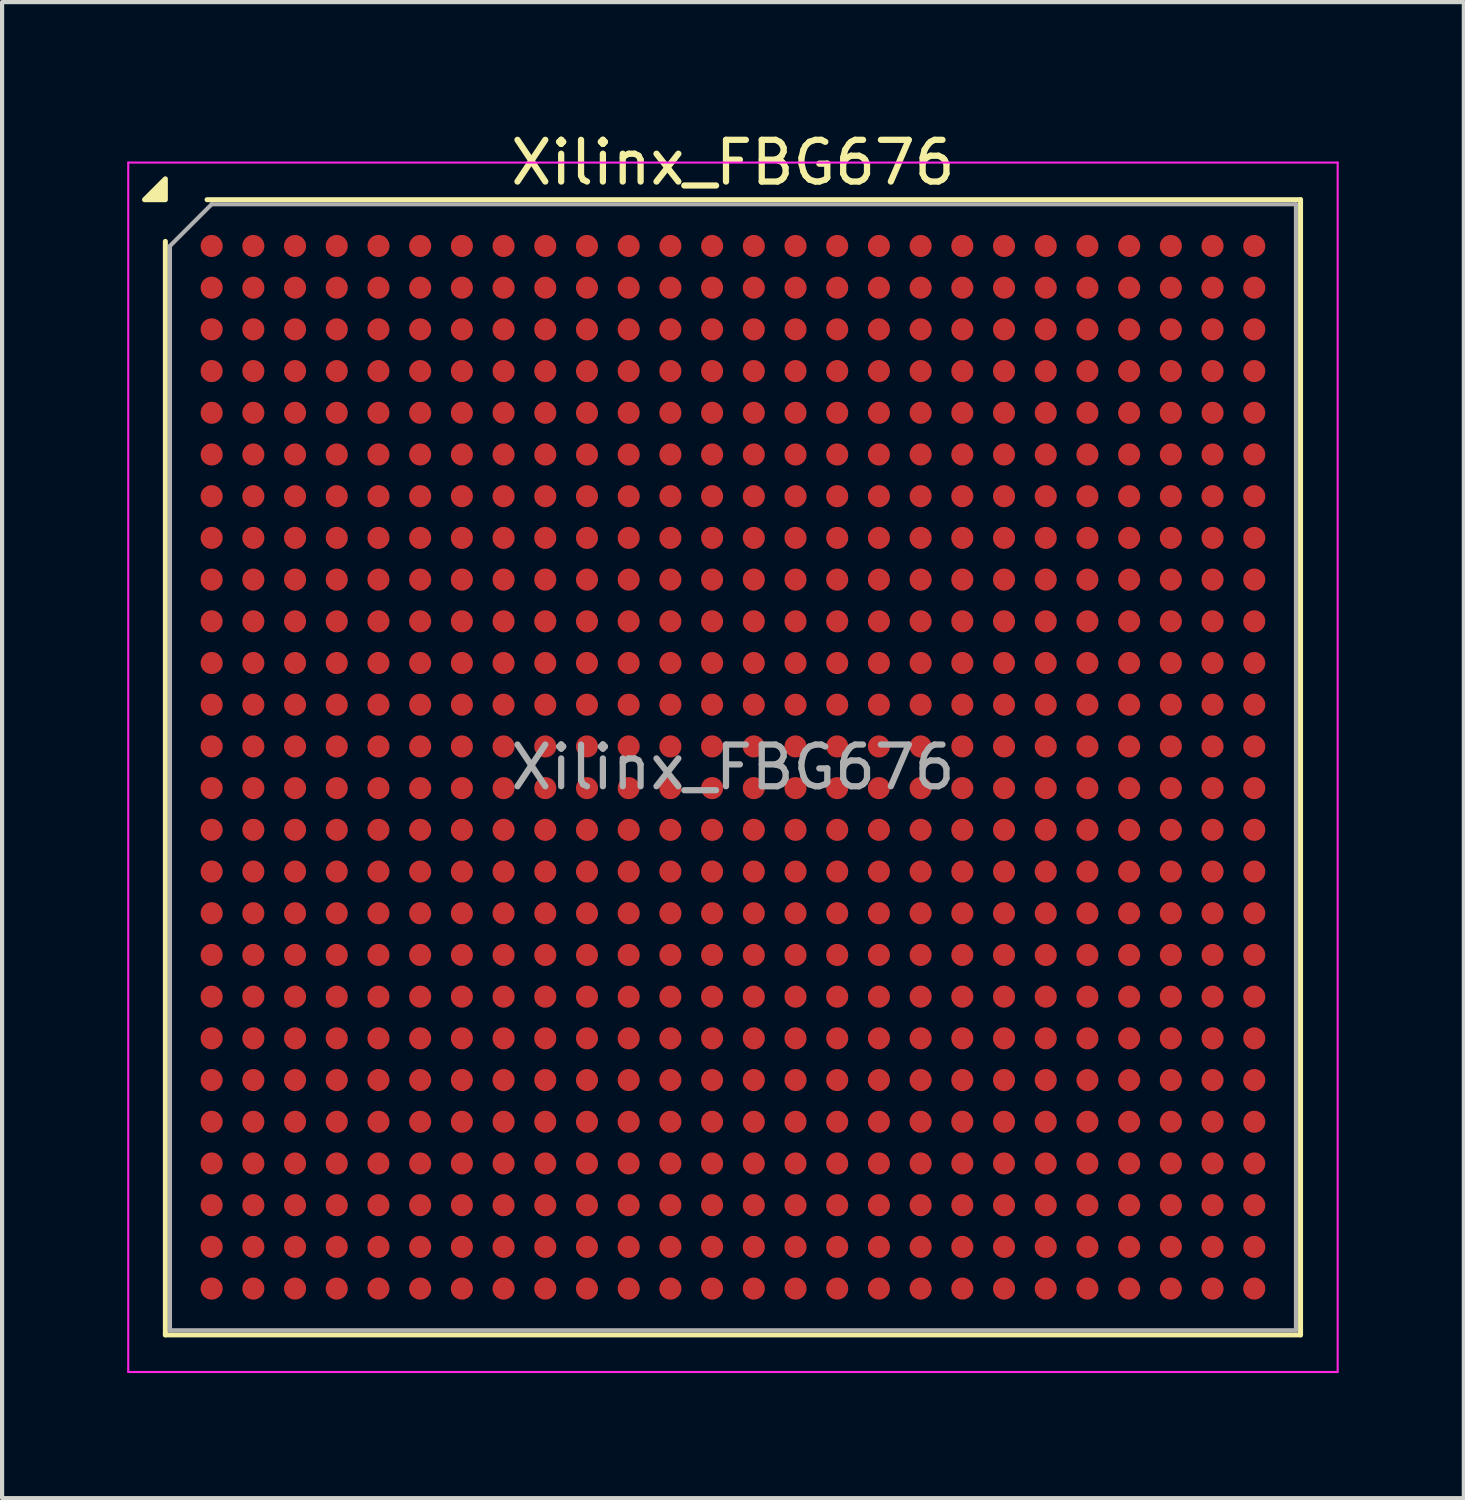
<source format=kicad_pcb>
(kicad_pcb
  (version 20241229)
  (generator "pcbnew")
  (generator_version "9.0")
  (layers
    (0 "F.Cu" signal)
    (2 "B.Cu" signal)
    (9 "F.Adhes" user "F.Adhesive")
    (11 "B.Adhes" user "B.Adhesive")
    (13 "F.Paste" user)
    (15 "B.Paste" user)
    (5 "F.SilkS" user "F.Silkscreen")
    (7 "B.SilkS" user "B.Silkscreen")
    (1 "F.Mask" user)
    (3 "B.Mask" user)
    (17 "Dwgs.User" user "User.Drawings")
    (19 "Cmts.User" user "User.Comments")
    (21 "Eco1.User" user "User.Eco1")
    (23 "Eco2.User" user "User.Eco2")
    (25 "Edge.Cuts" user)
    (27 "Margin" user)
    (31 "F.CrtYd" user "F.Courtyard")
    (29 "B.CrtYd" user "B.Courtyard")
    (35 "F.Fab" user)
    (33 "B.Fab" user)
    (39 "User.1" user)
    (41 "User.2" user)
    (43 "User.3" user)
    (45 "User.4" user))
  (footprint "Xilinx_FBG676"
    (layer "F.Cu")
    (at 14.525 15.348)
    (property "Reference" "Xilinx_FBG676" (at 0 -14.5 0) (layer "F.SilkS") (effects (font (size 1 1) (thickness 0.15))))
    (attr smd)
    (fp_line (start -13.61 13.61) (end -13.61 -12.61) (stroke (width 0.12) (type solid)) (layer "F.SilkS"))
    (fp_line (start -12.61 -13.61) (end 13.61 -13.61) (stroke (width 0.12) (type solid)) (layer "F.SilkS"))
    (fp_line (start 13.61 -13.61) (end 13.61 13.61) (stroke (width 0.12) (type solid)) (layer "F.SilkS"))
    (fp_line (start 13.61 13.61) (end -13.61 13.61) (stroke (width 0.12) (type solid)) (layer "F.SilkS"))
    (fp_poly (pts (xy -13.61 -13.61) (xy -14.11 -13.61) (xy -13.61 -14.11) (xy -13.61 -13.61)) (stroke (width 0.12) (type solid)) (fill yes) (layer "F.SilkS"))
    (fp_line (start -14.5 -14.5) (end -14.5 14.5) (stroke (width 0.05) (type solid)) (layer "F.CrtYd"))
    (fp_line (start -14.5 14.5) (end 14.5 14.5) (stroke (width 0.05) (type solid)) (layer "F.CrtYd"))
    (fp_line (start 14.5 -14.5) (end -14.5 -14.5) (stroke (width 0.05) (type solid)) (layer "F.CrtYd"))
    (fp_line (start 14.5 14.5) (end 14.5 -14.5) (stroke (width 0.05) (type solid)) (layer "F.CrtYd"))
    (fp_line (start -13.5 -12.5) (end -12.5 -13.5) (stroke (width 0.1) (type solid)) (layer "F.Fab"))
    (fp_line (start -13.5 13.5) (end -13.5 -12.5) (stroke (width 0.1) (type solid)) (layer "F.Fab"))
    (fp_line (start -12.5 -13.5) (end 13.5 -13.5) (stroke (width 0.1) (type solid)) (layer "F.Fab"))
    (fp_line (start 13.5 -13.5) (end 13.5 13.5) (stroke (width 0.1) (type solid)) (layer "F.Fab"))
    (fp_line (start 13.5 13.5) (end -13.5 13.5) (stroke (width 0.1) (type solid)) (layer "F.Fab"))
    (fp_text user "${REFERENCE}" (at 0 0 0) (layer "F.Fab") (effects (font (size 1 1) (thickness 0.15))))
    (pad "A1" smd circle (at -12.5 -12.5) (size 0.53 0.53) (property pad_prop_bga) (layers "F.Cu" "F.Mask" "F.Paste"))
    (pad "A2" smd circle (at -11.5 -12.5) (size 0.53 0.53) (property pad_prop_bga) (layers "F.Cu" "F.Mask" "F.Paste"))
    (pad "A3" smd circle (at -10.5 -12.5) (size 0.53 0.53) (property pad_prop_bga) (layers "F.Cu" "F.Mask" "F.Paste"))
    (pad "A4" smd circle (at -9.5 -12.5) (size 0.53 0.53) (property pad_prop_bga) (layers "F.Cu" "F.Mask" "F.Paste"))
    (pad "A5" smd circle (at -8.5 -12.5) (size 0.53 0.53) (property pad_prop_bga) (layers "F.Cu" "F.Mask" "F.Paste"))
    (pad "A6" smd circle (at -7.5 -12.5) (size 0.53 0.53) (property pad_prop_bga) (layers "F.Cu" "F.Mask" "F.Paste"))
    (pad "A7" smd circle (at -6.5 -12.5) (size 0.53 0.53) (property pad_prop_bga) (layers "F.Cu" "F.Mask" "F.Paste"))
    (pad "A8" smd circle (at -5.5 -12.5) (size 0.53 0.53) (property pad_prop_bga) (layers "F.Cu" "F.Mask" "F.Paste"))
    (pad "A9" smd circle (at -4.5 -12.5) (size 0.53 0.53) (property pad_prop_bga) (layers "F.Cu" "F.Mask" "F.Paste"))
    (pad "A10" smd circle (at -3.5 -12.5) (size 0.53 0.53) (property pad_prop_bga) (layers "F.Cu" "F.Mask" "F.Paste"))
    (pad "A11" smd circle (at -2.5 -12.5) (size 0.53 0.53) (property pad_prop_bga) (layers "F.Cu" "F.Mask" "F.Paste"))
    (pad "A12" smd circle (at -1.5 -12.5) (size 0.53 0.53) (property pad_prop_bga) (layers "F.Cu" "F.Mask" "F.Paste"))
    (pad "A13" smd circle (at -0.5 -12.5) (size 0.53 0.53) (property pad_prop_bga) (layers "F.Cu" "F.Mask" "F.Paste"))
    (pad "A14" smd circle (at 0.5 -12.5) (size 0.53 0.53) (property pad_prop_bga) (layers "F.Cu" "F.Mask" "F.Paste"))
    (pad "A15" smd circle (at 1.5 -12.5) (size 0.53 0.53) (property pad_prop_bga) (layers "F.Cu" "F.Mask" "F.Paste"))
    (pad "A16" smd circle (at 2.5 -12.5) (size 0.53 0.53) (property pad_prop_bga) (layers "F.Cu" "F.Mask" "F.Paste"))
    (pad "A17" smd circle (at 3.5 -12.5) (size 0.53 0.53) (property pad_prop_bga) (layers "F.Cu" "F.Mask" "F.Paste"))
    (pad "A18" smd circle (at 4.5 -12.5) (size 0.53 0.53) (property pad_prop_bga) (layers "F.Cu" "F.Mask" "F.Paste"))
    (pad "A19" smd circle (at 5.5 -12.5) (size 0.53 0.53) (property pad_prop_bga) (layers "F.Cu" "F.Mask" "F.Paste"))
    (pad "A20" smd circle (at 6.5 -12.5) (size 0.53 0.53) (property pad_prop_bga) (layers "F.Cu" "F.Mask" "F.Paste"))
    (pad "A21" smd circle (at 7.5 -12.5) (size 0.53 0.53) (property pad_prop_bga) (layers "F.Cu" "F.Mask" "F.Paste"))
    (pad "A22" smd circle (at 8.5 -12.5) (size 0.53 0.53) (property pad_prop_bga) (layers "F.Cu" "F.Mask" "F.Paste"))
    (pad "A23" smd circle (at 9.5 -12.5) (size 0.53 0.53) (property pad_prop_bga) (layers "F.Cu" "F.Mask" "F.Paste"))
    (pad "A24" smd circle (at 10.5 -12.5) (size 0.53 0.53) (property pad_prop_bga) (layers "F.Cu" "F.Mask" "F.Paste"))
    (pad "A25" smd circle (at 11.5 -12.5) (size 0.53 0.53) (property pad_prop_bga) (layers "F.Cu" "F.Mask" "F.Paste"))
    (pad "A26" smd circle (at 12.5 -12.5) (size 0.53 0.53) (property pad_prop_bga) (layers "F.Cu" "F.Mask" "F.Paste"))
    (pad "AA1" smd circle (at -12.5 7.5) (size 0.53 0.53) (property pad_prop_bga) (layers "F.Cu" "F.Mask" "F.Paste"))
    (pad "AA2" smd circle (at -11.5 7.5) (size 0.53 0.53) (property pad_prop_bga) (layers "F.Cu" "F.Mask" "F.Paste"))
    (pad "AA3" smd circle (at -10.5 7.5) (size 0.53 0.53) (property pad_prop_bga) (layers "F.Cu" "F.Mask" "F.Paste"))
    (pad "AA4" smd circle (at -9.5 7.5) (size 0.53 0.53) (property pad_prop_bga) (layers "F.Cu" "F.Mask" "F.Paste"))
    (pad "AA5" smd circle (at -8.5 7.5) (size 0.53 0.53) (property pad_prop_bga) (layers "F.Cu" "F.Mask" "F.Paste"))
    (pad "AA6" smd circle (at -7.5 7.5) (size 0.53 0.53) (property pad_prop_bga) (layers "F.Cu" "F.Mask" "F.Paste"))
    (pad "AA7" smd circle (at -6.5 7.5) (size 0.53 0.53) (property pad_prop_bga) (layers "F.Cu" "F.Mask" "F.Paste"))
    (pad "AA8" smd circle (at -5.5 7.5) (size 0.53 0.53) (property pad_prop_bga) (layers "F.Cu" "F.Mask" "F.Paste"))
    (pad "AA9" smd circle (at -4.5 7.5) (size 0.53 0.53) (property pad_prop_bga) (layers "F.Cu" "F.Mask" "F.Paste"))
    (pad "AA10" smd circle (at -3.5 7.5) (size 0.53 0.53) (property pad_prop_bga) (layers "F.Cu" "F.Mask" "F.Paste"))
    (pad "AA11" smd circle (at -2.5 7.5) (size 0.53 0.53) (property pad_prop_bga) (layers "F.Cu" "F.Mask" "F.Paste"))
    (pad "AA12" smd circle (at -1.5 7.5) (size 0.53 0.53) (property pad_prop_bga) (layers "F.Cu" "F.Mask" "F.Paste"))
    (pad "AA13" smd circle (at -0.5 7.5) (size 0.53 0.53) (property pad_prop_bga) (layers "F.Cu" "F.Mask" "F.Paste"))
    (pad "AA14" smd circle (at 0.5 7.5) (size 0.53 0.53) (property pad_prop_bga) (layers "F.Cu" "F.Mask" "F.Paste"))
    (pad "AA15" smd circle (at 1.5 7.5) (size 0.53 0.53) (property pad_prop_bga) (layers "F.Cu" "F.Mask" "F.Paste"))
    (pad "AA16" smd circle (at 2.5 7.5) (size 0.53 0.53) (property pad_prop_bga) (layers "F.Cu" "F.Mask" "F.Paste"))
    (pad "AA17" smd circle (at 3.5 7.5) (size 0.53 0.53) (property pad_prop_bga) (layers "F.Cu" "F.Mask" "F.Paste"))
    (pad "AA18" smd circle (at 4.5 7.5) (size 0.53 0.53) (property pad_prop_bga) (layers "F.Cu" "F.Mask" "F.Paste"))
    (pad "AA19" smd circle (at 5.5 7.5) (size 0.53 0.53) (property pad_prop_bga) (layers "F.Cu" "F.Mask" "F.Paste"))
    (pad "AA20" smd circle (at 6.5 7.5) (size 0.53 0.53) (property pad_prop_bga) (layers "F.Cu" "F.Mask" "F.Paste"))
    (pad "AA21" smd circle (at 7.5 7.5) (size 0.53 0.53) (property pad_prop_bga) (layers "F.Cu" "F.Mask" "F.Paste"))
    (pad "AA22" smd circle (at 8.5 7.5) (size 0.53 0.53) (property pad_prop_bga) (layers "F.Cu" "F.Mask" "F.Paste"))
    (pad "AA23" smd circle (at 9.5 7.5) (size 0.53 0.53) (property pad_prop_bga) (layers "F.Cu" "F.Mask" "F.Paste"))
    (pad "AA24" smd circle (at 10.5 7.5) (size 0.53 0.53) (property pad_prop_bga) (layers "F.Cu" "F.Mask" "F.Paste"))
    (pad "AA25" smd circle (at 11.5 7.5) (size 0.53 0.53) (property pad_prop_bga) (layers "F.Cu" "F.Mask" "F.Paste"))
    (pad "AA26" smd circle (at 12.5 7.5) (size 0.53 0.53) (property pad_prop_bga) (layers "F.Cu" "F.Mask" "F.Paste"))
    (pad "AB1" smd circle (at -12.5 8.5) (size 0.53 0.53) (property pad_prop_bga) (layers "F.Cu" "F.Mask" "F.Paste"))
    (pad "AB2" smd circle (at -11.5 8.5) (size 0.53 0.53) (property pad_prop_bga) (layers "F.Cu" "F.Mask" "F.Paste"))
    (pad "AB3" smd circle (at -10.5 8.5) (size 0.53 0.53) (property pad_prop_bga) (layers "F.Cu" "F.Mask" "F.Paste"))
    (pad "AB4" smd circle (at -9.5 8.5) (size 0.53 0.53) (property pad_prop_bga) (layers "F.Cu" "F.Mask" "F.Paste"))
    (pad "AB5" smd circle (at -8.5 8.5) (size 0.53 0.53) (property pad_prop_bga) (layers "F.Cu" "F.Mask" "F.Paste"))
    (pad "AB6" smd circle (at -7.5 8.5) (size 0.53 0.53) (property pad_prop_bga) (layers "F.Cu" "F.Mask" "F.Paste"))
    (pad "AB7" smd circle (at -6.5 8.5) (size 0.53 0.53) (property pad_prop_bga) (layers "F.Cu" "F.Mask" "F.Paste"))
    (pad "AB8" smd circle (at -5.5 8.5) (size 0.53 0.53) (property pad_prop_bga) (layers "F.Cu" "F.Mask" "F.Paste"))
    (pad "AB9" smd circle (at -4.5 8.5) (size 0.53 0.53) (property pad_prop_bga) (layers "F.Cu" "F.Mask" "F.Paste"))
    (pad "AB10" smd circle (at -3.5 8.5) (size 0.53 0.53) (property pad_prop_bga) (layers "F.Cu" "F.Mask" "F.Paste"))
    (pad "AB11" smd circle (at -2.5 8.5) (size 0.53 0.53) (property pad_prop_bga) (layers "F.Cu" "F.Mask" "F.Paste"))
    (pad "AB12" smd circle (at -1.5 8.5) (size 0.53 0.53) (property pad_prop_bga) (layers "F.Cu" "F.Mask" "F.Paste"))
    (pad "AB13" smd circle (at -0.5 8.5) (size 0.53 0.53) (property pad_prop_bga) (layers "F.Cu" "F.Mask" "F.Paste"))
    (pad "AB14" smd circle (at 0.5 8.5) (size 0.53 0.53) (property pad_prop_bga) (layers "F.Cu" "F.Mask" "F.Paste"))
    (pad "AB15" smd circle (at 1.5 8.5) (size 0.53 0.53) (property pad_prop_bga) (layers "F.Cu" "F.Mask" "F.Paste"))
    (pad "AB16" smd circle (at 2.5 8.5) (size 0.53 0.53) (property pad_prop_bga) (layers "F.Cu" "F.Mask" "F.Paste"))
    (pad "AB17" smd circle (at 3.5 8.5) (size 0.53 0.53) (property pad_prop_bga) (layers "F.Cu" "F.Mask" "F.Paste"))
    (pad "AB18" smd circle (at 4.5 8.5) (size 0.53 0.53) (property pad_prop_bga) (layers "F.Cu" "F.Mask" "F.Paste"))
    (pad "AB19" smd circle (at 5.5 8.5) (size 0.53 0.53) (property pad_prop_bga) (layers "F.Cu" "F.Mask" "F.Paste"))
    (pad "AB20" smd circle (at 6.5 8.5) (size 0.53 0.53) (property pad_prop_bga) (layers "F.Cu" "F.Mask" "F.Paste"))
    (pad "AB21" smd circle (at 7.5 8.5) (size 0.53 0.53) (property pad_prop_bga) (layers "F.Cu" "F.Mask" "F.Paste"))
    (pad "AB22" smd circle (at 8.5 8.5) (size 0.53 0.53) (property pad_prop_bga) (layers "F.Cu" "F.Mask" "F.Paste"))
    (pad "AB23" smd circle (at 9.5 8.5) (size 0.53 0.53) (property pad_prop_bga) (layers "F.Cu" "F.Mask" "F.Paste"))
    (pad "AB24" smd circle (at 10.5 8.5) (size 0.53 0.53) (property pad_prop_bga) (layers "F.Cu" "F.Mask" "F.Paste"))
    (pad "AB25" smd circle (at 11.5 8.5) (size 0.53 0.53) (property pad_prop_bga) (layers "F.Cu" "F.Mask" "F.Paste"))
    (pad "AB26" smd circle (at 12.5 8.5) (size 0.53 0.53) (property pad_prop_bga) (layers "F.Cu" "F.Mask" "F.Paste"))
    (pad "AC1" smd circle (at -12.5 9.5) (size 0.53 0.53) (property pad_prop_bga) (layers "F.Cu" "F.Mask" "F.Paste"))
    (pad "AC2" smd circle (at -11.5 9.5) (size 0.53 0.53) (property pad_prop_bga) (layers "F.Cu" "F.Mask" "F.Paste"))
    (pad "AC3" smd circle (at -10.5 9.5) (size 0.53 0.53) (property pad_prop_bga) (layers "F.Cu" "F.Mask" "F.Paste"))
    (pad "AC4" smd circle (at -9.5 9.5) (size 0.53 0.53) (property pad_prop_bga) (layers "F.Cu" "F.Mask" "F.Paste"))
    (pad "AC5" smd circle (at -8.5 9.5) (size 0.53 0.53) (property pad_prop_bga) (layers "F.Cu" "F.Mask" "F.Paste"))
    (pad "AC6" smd circle (at -7.5 9.5) (size 0.53 0.53) (property pad_prop_bga) (layers "F.Cu" "F.Mask" "F.Paste"))
    (pad "AC7" smd circle (at -6.5 9.5) (size 0.53 0.53) (property pad_prop_bga) (layers "F.Cu" "F.Mask" "F.Paste"))
    (pad "AC8" smd circle (at -5.5 9.5) (size 0.53 0.53) (property pad_prop_bga) (layers "F.Cu" "F.Mask" "F.Paste"))
    (pad "AC9" smd circle (at -4.5 9.5) (size 0.53 0.53) (property pad_prop_bga) (layers "F.Cu" "F.Mask" "F.Paste"))
    (pad "AC10" smd circle (at -3.5 9.5) (size 0.53 0.53) (property pad_prop_bga) (layers "F.Cu" "F.Mask" "F.Paste"))
    (pad "AC11" smd circle (at -2.5 9.5) (size 0.53 0.53) (property pad_prop_bga) (layers "F.Cu" "F.Mask" "F.Paste"))
    (pad "AC12" smd circle (at -1.5 9.5) (size 0.53 0.53) (property pad_prop_bga) (layers "F.Cu" "F.Mask" "F.Paste"))
    (pad "AC13" smd circle (at -0.5 9.5) (size 0.53 0.53) (property pad_prop_bga) (layers "F.Cu" "F.Mask" "F.Paste"))
    (pad "AC14" smd circle (at 0.5 9.5) (size 0.53 0.53) (property pad_prop_bga) (layers "F.Cu" "F.Mask" "F.Paste"))
    (pad "AC15" smd circle (at 1.5 9.5) (size 0.53 0.53) (property pad_prop_bga) (layers "F.Cu" "F.Mask" "F.Paste"))
    (pad "AC16" smd circle (at 2.5 9.5) (size 0.53 0.53) (property pad_prop_bga) (layers "F.Cu" "F.Mask" "F.Paste"))
    (pad "AC17" smd circle (at 3.5 9.5) (size 0.53 0.53) (property pad_prop_bga) (layers "F.Cu" "F.Mask" "F.Paste"))
    (pad "AC18" smd circle (at 4.5 9.5) (size 0.53 0.53) (property pad_prop_bga) (layers "F.Cu" "F.Mask" "F.Paste"))
    (pad "AC19" smd circle (at 5.5 9.5) (size 0.53 0.53) (property pad_prop_bga) (layers "F.Cu" "F.Mask" "F.Paste"))
    (pad "AC20" smd circle (at 6.5 9.5) (size 0.53 0.53) (property pad_prop_bga) (layers "F.Cu" "F.Mask" "F.Paste"))
    (pad "AC21" smd circle (at 7.5 9.5) (size 0.53 0.53) (property pad_prop_bga) (layers "F.Cu" "F.Mask" "F.Paste"))
    (pad "AC22" smd circle (at 8.5 9.5) (size 0.53 0.53) (property pad_prop_bga) (layers "F.Cu" "F.Mask" "F.Paste"))
    (pad "AC23" smd circle (at 9.5 9.5) (size 0.53 0.53) (property pad_prop_bga) (layers "F.Cu" "F.Mask" "F.Paste"))
    (pad "AC24" smd circle (at 10.5 9.5) (size 0.53 0.53) (property pad_prop_bga) (layers "F.Cu" "F.Mask" "F.Paste"))
    (pad "AC25" smd circle (at 11.5 9.5) (size 0.53 0.53) (property pad_prop_bga) (layers "F.Cu" "F.Mask" "F.Paste"))
    (pad "AC26" smd circle (at 12.5 9.5) (size 0.53 0.53) (property pad_prop_bga) (layers "F.Cu" "F.Mask" "F.Paste"))
    (pad "AD1" smd circle (at -12.5 10.5) (size 0.53 0.53) (property pad_prop_bga) (layers "F.Cu" "F.Mask" "F.Paste"))
    (pad "AD2" smd circle (at -11.5 10.5) (size 0.53 0.53) (property pad_prop_bga) (layers "F.Cu" "F.Mask" "F.Paste"))
    (pad "AD3" smd circle (at -10.5 10.5) (size 0.53 0.53) (property pad_prop_bga) (layers "F.Cu" "F.Mask" "F.Paste"))
    (pad "AD4" smd circle (at -9.5 10.5) (size 0.53 0.53) (property pad_prop_bga) (layers "F.Cu" "F.Mask" "F.Paste"))
    (pad "AD5" smd circle (at -8.5 10.5) (size 0.53 0.53) (property pad_prop_bga) (layers "F.Cu" "F.Mask" "F.Paste"))
    (pad "AD6" smd circle (at -7.5 10.5) (size 0.53 0.53) (property pad_prop_bga) (layers "F.Cu" "F.Mask" "F.Paste"))
    (pad "AD7" smd circle (at -6.5 10.5) (size 0.53 0.53) (property pad_prop_bga) (layers "F.Cu" "F.Mask" "F.Paste"))
    (pad "AD8" smd circle (at -5.5 10.5) (size 0.53 0.53) (property pad_prop_bga) (layers "F.Cu" "F.Mask" "F.Paste"))
    (pad "AD9" smd circle (at -4.5 10.5) (size 0.53 0.53) (property pad_prop_bga) (layers "F.Cu" "F.Mask" "F.Paste"))
    (pad "AD10" smd circle (at -3.5 10.5) (size 0.53 0.53) (property pad_prop_bga) (layers "F.Cu" "F.Mask" "F.Paste"))
    (pad "AD11" smd circle (at -2.5 10.5) (size 0.53 0.53) (property pad_prop_bga) (layers "F.Cu" "F.Mask" "F.Paste"))
    (pad "AD12" smd circle (at -1.5 10.5) (size 0.53 0.53) (property pad_prop_bga) (layers "F.Cu" "F.Mask" "F.Paste"))
    (pad "AD13" smd circle (at -0.5 10.5) (size 0.53 0.53) (property pad_prop_bga) (layers "F.Cu" "F.Mask" "F.Paste"))
    (pad "AD14" smd circle (at 0.5 10.5) (size 0.53 0.53) (property pad_prop_bga) (layers "F.Cu" "F.Mask" "F.Paste"))
    (pad "AD15" smd circle (at 1.5 10.5) (size 0.53 0.53) (property pad_prop_bga) (layers "F.Cu" "F.Mask" "F.Paste"))
    (pad "AD16" smd circle (at 2.5 10.5) (size 0.53 0.53) (property pad_prop_bga) (layers "F.Cu" "F.Mask" "F.Paste"))
    (pad "AD17" smd circle (at 3.5 10.5) (size 0.53 0.53) (property pad_prop_bga) (layers "F.Cu" "F.Mask" "F.Paste"))
    (pad "AD18" smd circle (at 4.5 10.5) (size 0.53 0.53) (property pad_prop_bga) (layers "F.Cu" "F.Mask" "F.Paste"))
    (pad "AD19" smd circle (at 5.5 10.5) (size 0.53 0.53) (property pad_prop_bga) (layers "F.Cu" "F.Mask" "F.Paste"))
    (pad "AD20" smd circle (at 6.5 10.5) (size 0.53 0.53) (property pad_prop_bga) (layers "F.Cu" "F.Mask" "F.Paste"))
    (pad "AD21" smd circle (at 7.5 10.5) (size 0.53 0.53) (property pad_prop_bga) (layers "F.Cu" "F.Mask" "F.Paste"))
    (pad "AD22" smd circle (at 8.5 10.5) (size 0.53 0.53) (property pad_prop_bga) (layers "F.Cu" "F.Mask" "F.Paste"))
    (pad "AD23" smd circle (at 9.5 10.5) (size 0.53 0.53) (property pad_prop_bga) (layers "F.Cu" "F.Mask" "F.Paste"))
    (pad "AD24" smd circle (at 10.5 10.5) (size 0.53 0.53) (property pad_prop_bga) (layers "F.Cu" "F.Mask" "F.Paste"))
    (pad "AD25" smd circle (at 11.5 10.5) (size 0.53 0.53) (property pad_prop_bga) (layers "F.Cu" "F.Mask" "F.Paste"))
    (pad "AD26" smd circle (at 12.5 10.5) (size 0.53 0.53) (property pad_prop_bga) (layers "F.Cu" "F.Mask" "F.Paste"))
    (pad "AE1" smd circle (at -12.5 11.5) (size 0.53 0.53) (property pad_prop_bga) (layers "F.Cu" "F.Mask" "F.Paste"))
    (pad "AE2" smd circle (at -11.5 11.5) (size 0.53 0.53) (property pad_prop_bga) (layers "F.Cu" "F.Mask" "F.Paste"))
    (pad "AE3" smd circle (at -10.5 11.5) (size 0.53 0.53) (property pad_prop_bga) (layers "F.Cu" "F.Mask" "F.Paste"))
    (pad "AE4" smd circle (at -9.5 11.5) (size 0.53 0.53) (property pad_prop_bga) (layers "F.Cu" "F.Mask" "F.Paste"))
    (pad "AE5" smd circle (at -8.5 11.5) (size 0.53 0.53) (property pad_prop_bga) (layers "F.Cu" "F.Mask" "F.Paste"))
    (pad "AE6" smd circle (at -7.5 11.5) (size 0.53 0.53) (property pad_prop_bga) (layers "F.Cu" "F.Mask" "F.Paste"))
    (pad "AE7" smd circle (at -6.5 11.5) (size 0.53 0.53) (property pad_prop_bga) (layers "F.Cu" "F.Mask" "F.Paste"))
    (pad "AE8" smd circle (at -5.5 11.5) (size 0.53 0.53) (property pad_prop_bga) (layers "F.Cu" "F.Mask" "F.Paste"))
    (pad "AE9" smd circle (at -4.5 11.5) (size 0.53 0.53) (property pad_prop_bga) (layers "F.Cu" "F.Mask" "F.Paste"))
    (pad "AE10" smd circle (at -3.5 11.5) (size 0.53 0.53) (property pad_prop_bga) (layers "F.Cu" "F.Mask" "F.Paste"))
    (pad "AE11" smd circle (at -2.5 11.5) (size 0.53 0.53) (property pad_prop_bga) (layers "F.Cu" "F.Mask" "F.Paste"))
    (pad "AE12" smd circle (at -1.5 11.5) (size 0.53 0.53) (property pad_prop_bga) (layers "F.Cu" "F.Mask" "F.Paste"))
    (pad "AE13" smd circle (at -0.5 11.5) (size 0.53 0.53) (property pad_prop_bga) (layers "F.Cu" "F.Mask" "F.Paste"))
    (pad "AE14" smd circle (at 0.5 11.5) (size 0.53 0.53) (property pad_prop_bga) (layers "F.Cu" "F.Mask" "F.Paste"))
    (pad "AE15" smd circle (at 1.5 11.5) (size 0.53 0.53) (property pad_prop_bga) (layers "F.Cu" "F.Mask" "F.Paste"))
    (pad "AE16" smd circle (at 2.5 11.5) (size 0.53 0.53) (property pad_prop_bga) (layers "F.Cu" "F.Mask" "F.Paste"))
    (pad "AE17" smd circle (at 3.5 11.5) (size 0.53 0.53) (property pad_prop_bga) (layers "F.Cu" "F.Mask" "F.Paste"))
    (pad "AE18" smd circle (at 4.5 11.5) (size 0.53 0.53) (property pad_prop_bga) (layers "F.Cu" "F.Mask" "F.Paste"))
    (pad "AE19" smd circle (at 5.5 11.5) (size 0.53 0.53) (property pad_prop_bga) (layers "F.Cu" "F.Mask" "F.Paste"))
    (pad "AE20" smd circle (at 6.5 11.5) (size 0.53 0.53) (property pad_prop_bga) (layers "F.Cu" "F.Mask" "F.Paste"))
    (pad "AE21" smd circle (at 7.5 11.5) (size 0.53 0.53) (property pad_prop_bga) (layers "F.Cu" "F.Mask" "F.Paste"))
    (pad "AE22" smd circle (at 8.5 11.5) (size 0.53 0.53) (property pad_prop_bga) (layers "F.Cu" "F.Mask" "F.Paste"))
    (pad "AE23" smd circle (at 9.5 11.5) (size 0.53 0.53) (property pad_prop_bga) (layers "F.Cu" "F.Mask" "F.Paste"))
    (pad "AE24" smd circle (at 10.5 11.5) (size 0.53 0.53) (property pad_prop_bga) (layers "F.Cu" "F.Mask" "F.Paste"))
    (pad "AE25" smd circle (at 11.5 11.5) (size 0.53 0.53) (property pad_prop_bga) (layers "F.Cu" "F.Mask" "F.Paste"))
    (pad "AE26" smd circle (at 12.5 11.5) (size 0.53 0.53) (property pad_prop_bga) (layers "F.Cu" "F.Mask" "F.Paste"))
    (pad "AF1" smd circle (at -12.5 12.5) (size 0.53 0.53) (property pad_prop_bga) (layers "F.Cu" "F.Mask" "F.Paste"))
    (pad "AF2" smd circle (at -11.5 12.5) (size 0.53 0.53) (property pad_prop_bga) (layers "F.Cu" "F.Mask" "F.Paste"))
    (pad "AF3" smd circle (at -10.5 12.5) (size 0.53 0.53) (property pad_prop_bga) (layers "F.Cu" "F.Mask" "F.Paste"))
    (pad "AF4" smd circle (at -9.5 12.5) (size 0.53 0.53) (property pad_prop_bga) (layers "F.Cu" "F.Mask" "F.Paste"))
    (pad "AF5" smd circle (at -8.5 12.5) (size 0.53 0.53) (property pad_prop_bga) (layers "F.Cu" "F.Mask" "F.Paste"))
    (pad "AF6" smd circle (at -7.5 12.5) (size 0.53 0.53) (property pad_prop_bga) (layers "F.Cu" "F.Mask" "F.Paste"))
    (pad "AF7" smd circle (at -6.5 12.5) (size 0.53 0.53) (property pad_prop_bga) (layers "F.Cu" "F.Mask" "F.Paste"))
    (pad "AF8" smd circle (at -5.5 12.5) (size 0.53 0.53) (property pad_prop_bga) (layers "F.Cu" "F.Mask" "F.Paste"))
    (pad "AF9" smd circle (at -4.5 12.5) (size 0.53 0.53) (property pad_prop_bga) (layers "F.Cu" "F.Mask" "F.Paste"))
    (pad "AF10" smd circle (at -3.5 12.5) (size 0.53 0.53) (property pad_prop_bga) (layers "F.Cu" "F.Mask" "F.Paste"))
    (pad "AF11" smd circle (at -2.5 12.5) (size 0.53 0.53) (property pad_prop_bga) (layers "F.Cu" "F.Mask" "F.Paste"))
    (pad "AF12" smd circle (at -1.5 12.5) (size 0.53 0.53) (property pad_prop_bga) (layers "F.Cu" "F.Mask" "F.Paste"))
    (pad "AF13" smd circle (at -0.5 12.5) (size 0.53 0.53) (property pad_prop_bga) (layers "F.Cu" "F.Mask" "F.Paste"))
    (pad "AF14" smd circle (at 0.5 12.5) (size 0.53 0.53) (property pad_prop_bga) (layers "F.Cu" "F.Mask" "F.Paste"))
    (pad "AF15" smd circle (at 1.5 12.5) (size 0.53 0.53) (property pad_prop_bga) (layers "F.Cu" "F.Mask" "F.Paste"))
    (pad "AF16" smd circle (at 2.5 12.5) (size 0.53 0.53) (property pad_prop_bga) (layers "F.Cu" "F.Mask" "F.Paste"))
    (pad "AF17" smd circle (at 3.5 12.5) (size 0.53 0.53) (property pad_prop_bga) (layers "F.Cu" "F.Mask" "F.Paste"))
    (pad "AF18" smd circle (at 4.5 12.5) (size 0.53 0.53) (property pad_prop_bga) (layers "F.Cu" "F.Mask" "F.Paste"))
    (pad "AF19" smd circle (at 5.5 12.5) (size 0.53 0.53) (property pad_prop_bga) (layers "F.Cu" "F.Mask" "F.Paste"))
    (pad "AF20" smd circle (at 6.5 12.5) (size 0.53 0.53) (property pad_prop_bga) (layers "F.Cu" "F.Mask" "F.Paste"))
    (pad "AF21" smd circle (at 7.5 12.5) (size 0.53 0.53) (property pad_prop_bga) (layers "F.Cu" "F.Mask" "F.Paste"))
    (pad "AF22" smd circle (at 8.5 12.5) (size 0.53 0.53) (property pad_prop_bga) (layers "F.Cu" "F.Mask" "F.Paste"))
    (pad "AF23" smd circle (at 9.5 12.5) (size 0.53 0.53) (property pad_prop_bga) (layers "F.Cu" "F.Mask" "F.Paste"))
    (pad "AF24" smd circle (at 10.5 12.5) (size 0.53 0.53) (property pad_prop_bga) (layers "F.Cu" "F.Mask" "F.Paste"))
    (pad "AF25" smd circle (at 11.5 12.5) (size 0.53 0.53) (property pad_prop_bga) (layers "F.Cu" "F.Mask" "F.Paste"))
    (pad "AF26" smd circle (at 12.5 12.5) (size 0.53 0.53) (property pad_prop_bga) (layers "F.Cu" "F.Mask" "F.Paste"))
    (pad "B1" smd circle (at -12.5 -11.5) (size 0.53 0.53) (property pad_prop_bga) (layers "F.Cu" "F.Mask" "F.Paste"))
    (pad "B2" smd circle (at -11.5 -11.5) (size 0.53 0.53) (property pad_prop_bga) (layers "F.Cu" "F.Mask" "F.Paste"))
    (pad "B3" smd circle (at -10.5 -11.5) (size 0.53 0.53) (property pad_prop_bga) (layers "F.Cu" "F.Mask" "F.Paste"))
    (pad "B4" smd circle (at -9.5 -11.5) (size 0.53 0.53) (property pad_prop_bga) (layers "F.Cu" "F.Mask" "F.Paste"))
    (pad "B5" smd circle (at -8.5 -11.5) (size 0.53 0.53) (property pad_prop_bga) (layers "F.Cu" "F.Mask" "F.Paste"))
    (pad "B6" smd circle (at -7.5 -11.5) (size 0.53 0.53) (property pad_prop_bga) (layers "F.Cu" "F.Mask" "F.Paste"))
    (pad "B7" smd circle (at -6.5 -11.5) (size 0.53 0.53) (property pad_prop_bga) (layers "F.Cu" "F.Mask" "F.Paste"))
    (pad "B8" smd circle (at -5.5 -11.5) (size 0.53 0.53) (property pad_prop_bga) (layers "F.Cu" "F.Mask" "F.Paste"))
    (pad "B9" smd circle (at -4.5 -11.5) (size 0.53 0.53) (property pad_prop_bga) (layers "F.Cu" "F.Mask" "F.Paste"))
    (pad "B10" smd circle (at -3.5 -11.5) (size 0.53 0.53) (property pad_prop_bga) (layers "F.Cu" "F.Mask" "F.Paste"))
    (pad "B11" smd circle (at -2.5 -11.5) (size 0.53 0.53) (property pad_prop_bga) (layers "F.Cu" "F.Mask" "F.Paste"))
    (pad "B12" smd circle (at -1.5 -11.5) (size 0.53 0.53) (property pad_prop_bga) (layers "F.Cu" "F.Mask" "F.Paste"))
    (pad "B13" smd circle (at -0.5 -11.5) (size 0.53 0.53) (property pad_prop_bga) (layers "F.Cu" "F.Mask" "F.Paste"))
    (pad "B14" smd circle (at 0.5 -11.5) (size 0.53 0.53) (property pad_prop_bga) (layers "F.Cu" "F.Mask" "F.Paste"))
    (pad "B15" smd circle (at 1.5 -11.5) (size 0.53 0.53) (property pad_prop_bga) (layers "F.Cu" "F.Mask" "F.Paste"))
    (pad "B16" smd circle (at 2.5 -11.5) (size 0.53 0.53) (property pad_prop_bga) (layers "F.Cu" "F.Mask" "F.Paste"))
    (pad "B17" smd circle (at 3.5 -11.5) (size 0.53 0.53) (property pad_prop_bga) (layers "F.Cu" "F.Mask" "F.Paste"))
    (pad "B18" smd circle (at 4.5 -11.5) (size 0.53 0.53) (property pad_prop_bga) (layers "F.Cu" "F.Mask" "F.Paste"))
    (pad "B19" smd circle (at 5.5 -11.5) (size 0.53 0.53) (property pad_prop_bga) (layers "F.Cu" "F.Mask" "F.Paste"))
    (pad "B20" smd circle (at 6.5 -11.5) (size 0.53 0.53) (property pad_prop_bga) (layers "F.Cu" "F.Mask" "F.Paste"))
    (pad "B21" smd circle (at 7.5 -11.5) (size 0.53 0.53) (property pad_prop_bga) (layers "F.Cu" "F.Mask" "F.Paste"))
    (pad "B22" smd circle (at 8.5 -11.5) (size 0.53 0.53) (property pad_prop_bga) (layers "F.Cu" "F.Mask" "F.Paste"))
    (pad "B23" smd circle (at 9.5 -11.5) (size 0.53 0.53) (property pad_prop_bga) (layers "F.Cu" "F.Mask" "F.Paste"))
    (pad "B24" smd circle (at 10.5 -11.5) (size 0.53 0.53) (property pad_prop_bga) (layers "F.Cu" "F.Mask" "F.Paste"))
    (pad "B25" smd circle (at 11.5 -11.5) (size 0.53 0.53) (property pad_prop_bga) (layers "F.Cu" "F.Mask" "F.Paste"))
    (pad "B26" smd circle (at 12.5 -11.5) (size 0.53 0.53) (property pad_prop_bga) (layers "F.Cu" "F.Mask" "F.Paste"))
    (pad "C1" smd circle (at -12.5 -10.5) (size 0.53 0.53) (property pad_prop_bga) (layers "F.Cu" "F.Mask" "F.Paste"))
    (pad "C2" smd circle (at -11.5 -10.5) (size 0.53 0.53) (property pad_prop_bga) (layers "F.Cu" "F.Mask" "F.Paste"))
    (pad "C3" smd circle (at -10.5 -10.5) (size 0.53 0.53) (property pad_prop_bga) (layers "F.Cu" "F.Mask" "F.Paste"))
    (pad "C4" smd circle (at -9.5 -10.5) (size 0.53 0.53) (property pad_prop_bga) (layers "F.Cu" "F.Mask" "F.Paste"))
    (pad "C5" smd circle (at -8.5 -10.5) (size 0.53 0.53) (property pad_prop_bga) (layers "F.Cu" "F.Mask" "F.Paste"))
    (pad "C6" smd circle (at -7.5 -10.5) (size 0.53 0.53) (property pad_prop_bga) (layers "F.Cu" "F.Mask" "F.Paste"))
    (pad "C7" smd circle (at -6.5 -10.5) (size 0.53 0.53) (property pad_prop_bga) (layers "F.Cu" "F.Mask" "F.Paste"))
    (pad "C8" smd circle (at -5.5 -10.5) (size 0.53 0.53) (property pad_prop_bga) (layers "F.Cu" "F.Mask" "F.Paste"))
    (pad "C9" smd circle (at -4.5 -10.5) (size 0.53 0.53) (property pad_prop_bga) (layers "F.Cu" "F.Mask" "F.Paste"))
    (pad "C10" smd circle (at -3.5 -10.5) (size 0.53 0.53) (property pad_prop_bga) (layers "F.Cu" "F.Mask" "F.Paste"))
    (pad "C11" smd circle (at -2.5 -10.5) (size 0.53 0.53) (property pad_prop_bga) (layers "F.Cu" "F.Mask" "F.Paste"))
    (pad "C12" smd circle (at -1.5 -10.5) (size 0.53 0.53) (property pad_prop_bga) (layers "F.Cu" "F.Mask" "F.Paste"))
    (pad "C13" smd circle (at -0.5 -10.5) (size 0.53 0.53) (property pad_prop_bga) (layers "F.Cu" "F.Mask" "F.Paste"))
    (pad "C14" smd circle (at 0.5 -10.5) (size 0.53 0.53) (property pad_prop_bga) (layers "F.Cu" "F.Mask" "F.Paste"))
    (pad "C15" smd circle (at 1.5 -10.5) (size 0.53 0.53) (property pad_prop_bga) (layers "F.Cu" "F.Mask" "F.Paste"))
    (pad "C16" smd circle (at 2.5 -10.5) (size 0.53 0.53) (property pad_prop_bga) (layers "F.Cu" "F.Mask" "F.Paste"))
    (pad "C17" smd circle (at 3.5 -10.5) (size 0.53 0.53) (property pad_prop_bga) (layers "F.Cu" "F.Mask" "F.Paste"))
    (pad "C18" smd circle (at 4.5 -10.5) (size 0.53 0.53) (property pad_prop_bga) (layers "F.Cu" "F.Mask" "F.Paste"))
    (pad "C19" smd circle (at 5.5 -10.5) (size 0.53 0.53) (property pad_prop_bga) (layers "F.Cu" "F.Mask" "F.Paste"))
    (pad "C20" smd circle (at 6.5 -10.5) (size 0.53 0.53) (property pad_prop_bga) (layers "F.Cu" "F.Mask" "F.Paste"))
    (pad "C21" smd circle (at 7.5 -10.5) (size 0.53 0.53) (property pad_prop_bga) (layers "F.Cu" "F.Mask" "F.Paste"))
    (pad "C22" smd circle (at 8.5 -10.5) (size 0.53 0.53) (property pad_prop_bga) (layers "F.Cu" "F.Mask" "F.Paste"))
    (pad "C23" smd circle (at 9.5 -10.5) (size 0.53 0.53) (property pad_prop_bga) (layers "F.Cu" "F.Mask" "F.Paste"))
    (pad "C24" smd circle (at 10.5 -10.5) (size 0.53 0.53) (property pad_prop_bga) (layers "F.Cu" "F.Mask" "F.Paste"))
    (pad "C25" smd circle (at 11.5 -10.5) (size 0.53 0.53) (property pad_prop_bga) (layers "F.Cu" "F.Mask" "F.Paste"))
    (pad "C26" smd circle (at 12.5 -10.5) (size 0.53 0.53) (property pad_prop_bga) (layers "F.Cu" "F.Mask" "F.Paste"))
    (pad "D1" smd circle (at -12.5 -9.5) (size 0.53 0.53) (property pad_prop_bga) (layers "F.Cu" "F.Mask" "F.Paste"))
    (pad "D2" smd circle (at -11.5 -9.5) (size 0.53 0.53) (property pad_prop_bga) (layers "F.Cu" "F.Mask" "F.Paste"))
    (pad "D3" smd circle (at -10.5 -9.5) (size 0.53 0.53) (property pad_prop_bga) (layers "F.Cu" "F.Mask" "F.Paste"))
    (pad "D4" smd circle (at -9.5 -9.5) (size 0.53 0.53) (property pad_prop_bga) (layers "F.Cu" "F.Mask" "F.Paste"))
    (pad "D5" smd circle (at -8.5 -9.5) (size 0.53 0.53) (property pad_prop_bga) (layers "F.Cu" "F.Mask" "F.Paste"))
    (pad "D6" smd circle (at -7.5 -9.5) (size 0.53 0.53) (property pad_prop_bga) (layers "F.Cu" "F.Mask" "F.Paste"))
    (pad "D7" smd circle (at -6.5 -9.5) (size 0.53 0.53) (property pad_prop_bga) (layers "F.Cu" "F.Mask" "F.Paste"))
    (pad "D8" smd circle (at -5.5 -9.5) (size 0.53 0.53) (property pad_prop_bga) (layers "F.Cu" "F.Mask" "F.Paste"))
    (pad "D9" smd circle (at -4.5 -9.5) (size 0.53 0.53) (property pad_prop_bga) (layers "F.Cu" "F.Mask" "F.Paste"))
    (pad "D10" smd circle (at -3.5 -9.5) (size 0.53 0.53) (property pad_prop_bga) (layers "F.Cu" "F.Mask" "F.Paste"))
    (pad "D11" smd circle (at -2.5 -9.5) (size 0.53 0.53) (property pad_prop_bga) (layers "F.Cu" "F.Mask" "F.Paste"))
    (pad "D12" smd circle (at -1.5 -9.5) (size 0.53 0.53) (property pad_prop_bga) (layers "F.Cu" "F.Mask" "F.Paste"))
    (pad "D13" smd circle (at -0.5 -9.5) (size 0.53 0.53) (property pad_prop_bga) (layers "F.Cu" "F.Mask" "F.Paste"))
    (pad "D14" smd circle (at 0.5 -9.5) (size 0.53 0.53) (property pad_prop_bga) (layers "F.Cu" "F.Mask" "F.Paste"))
    (pad "D15" smd circle (at 1.5 -9.5) (size 0.53 0.53) (property pad_prop_bga) (layers "F.Cu" "F.Mask" "F.Paste"))
    (pad "D16" smd circle (at 2.5 -9.5) (size 0.53 0.53) (property pad_prop_bga) (layers "F.Cu" "F.Mask" "F.Paste"))
    (pad "D17" smd circle (at 3.5 -9.5) (size 0.53 0.53) (property pad_prop_bga) (layers "F.Cu" "F.Mask" "F.Paste"))
    (pad "D18" smd circle (at 4.5 -9.5) (size 0.53 0.53) (property pad_prop_bga) (layers "F.Cu" "F.Mask" "F.Paste"))
    (pad "D19" smd circle (at 5.5 -9.5) (size 0.53 0.53) (property pad_prop_bga) (layers "F.Cu" "F.Mask" "F.Paste"))
    (pad "D20" smd circle (at 6.5 -9.5) (size 0.53 0.53) (property pad_prop_bga) (layers "F.Cu" "F.Mask" "F.Paste"))
    (pad "D21" smd circle (at 7.5 -9.5) (size 0.53 0.53) (property pad_prop_bga) (layers "F.Cu" "F.Mask" "F.Paste"))
    (pad "D22" smd circle (at 8.5 -9.5) (size 0.53 0.53) (property pad_prop_bga) (layers "F.Cu" "F.Mask" "F.Paste"))
    (pad "D23" smd circle (at 9.5 -9.5) (size 0.53 0.53) (property pad_prop_bga) (layers "F.Cu" "F.Mask" "F.Paste"))
    (pad "D24" smd circle (at 10.5 -9.5) (size 0.53 0.53) (property pad_prop_bga) (layers "F.Cu" "F.Mask" "F.Paste"))
    (pad "D25" smd circle (at 11.5 -9.5) (size 0.53 0.53) (property pad_prop_bga) (layers "F.Cu" "F.Mask" "F.Paste"))
    (pad "D26" smd circle (at 12.5 -9.5) (size 0.53 0.53) (property pad_prop_bga) (layers "F.Cu" "F.Mask" "F.Paste"))
    (pad "E1" smd circle (at -12.5 -8.5) (size 0.53 0.53) (property pad_prop_bga) (layers "F.Cu" "F.Mask" "F.Paste"))
    (pad "E2" smd circle (at -11.5 -8.5) (size 0.53 0.53) (property pad_prop_bga) (layers "F.Cu" "F.Mask" "F.Paste"))
    (pad "E3" smd circle (at -10.5 -8.5) (size 0.53 0.53) (property pad_prop_bga) (layers "F.Cu" "F.Mask" "F.Paste"))
    (pad "E4" smd circle (at -9.5 -8.5) (size 0.53 0.53) (property pad_prop_bga) (layers "F.Cu" "F.Mask" "F.Paste"))
    (pad "E5" smd circle (at -8.5 -8.5) (size 0.53 0.53) (property pad_prop_bga) (layers "F.Cu" "F.Mask" "F.Paste"))
    (pad "E6" smd circle (at -7.5 -8.5) (size 0.53 0.53) (property pad_prop_bga) (layers "F.Cu" "F.Mask" "F.Paste"))
    (pad "E7" smd circle (at -6.5 -8.5) (size 0.53 0.53) (property pad_prop_bga) (layers "F.Cu" "F.Mask" "F.Paste"))
    (pad "E8" smd circle (at -5.5 -8.5) (size 0.53 0.53) (property pad_prop_bga) (layers "F.Cu" "F.Mask" "F.Paste"))
    (pad "E9" smd circle (at -4.5 -8.5) (size 0.53 0.53) (property pad_prop_bga) (layers "F.Cu" "F.Mask" "F.Paste"))
    (pad "E10" smd circle (at -3.5 -8.5) (size 0.53 0.53) (property pad_prop_bga) (layers "F.Cu" "F.Mask" "F.Paste"))
    (pad "E11" smd circle (at -2.5 -8.5) (size 0.53 0.53) (property pad_prop_bga) (layers "F.Cu" "F.Mask" "F.Paste"))
    (pad "E12" smd circle (at -1.5 -8.5) (size 0.53 0.53) (property pad_prop_bga) (layers "F.Cu" "F.Mask" "F.Paste"))
    (pad "E13" smd circle (at -0.5 -8.5) (size 0.53 0.53) (property pad_prop_bga) (layers "F.Cu" "F.Mask" "F.Paste"))
    (pad "E14" smd circle (at 0.5 -8.5) (size 0.53 0.53) (property pad_prop_bga) (layers "F.Cu" "F.Mask" "F.Paste"))
    (pad "E15" smd circle (at 1.5 -8.5) (size 0.53 0.53) (property pad_prop_bga) (layers "F.Cu" "F.Mask" "F.Paste"))
    (pad "E16" smd circle (at 2.5 -8.5) (size 0.53 0.53) (property pad_prop_bga) (layers "F.Cu" "F.Mask" "F.Paste"))
    (pad "E17" smd circle (at 3.5 -8.5) (size 0.53 0.53) (property pad_prop_bga) (layers "F.Cu" "F.Mask" "F.Paste"))
    (pad "E18" smd circle (at 4.5 -8.5) (size 0.53 0.53) (property pad_prop_bga) (layers "F.Cu" "F.Mask" "F.Paste"))
    (pad "E19" smd circle (at 5.5 -8.5) (size 0.53 0.53) (property pad_prop_bga) (layers "F.Cu" "F.Mask" "F.Paste"))
    (pad "E20" smd circle (at 6.5 -8.5) (size 0.53 0.53) (property pad_prop_bga) (layers "F.Cu" "F.Mask" "F.Paste"))
    (pad "E21" smd circle (at 7.5 -8.5) (size 0.53 0.53) (property pad_prop_bga) (layers "F.Cu" "F.Mask" "F.Paste"))
    (pad "E22" smd circle (at 8.5 -8.5) (size 0.53 0.53) (property pad_prop_bga) (layers "F.Cu" "F.Mask" "F.Paste"))
    (pad "E23" smd circle (at 9.5 -8.5) (size 0.53 0.53) (property pad_prop_bga) (layers "F.Cu" "F.Mask" "F.Paste"))
    (pad "E24" smd circle (at 10.5 -8.5) (size 0.53 0.53) (property pad_prop_bga) (layers "F.Cu" "F.Mask" "F.Paste"))
    (pad "E25" smd circle (at 11.5 -8.5) (size 0.53 0.53) (property pad_prop_bga) (layers "F.Cu" "F.Mask" "F.Paste"))
    (pad "E26" smd circle (at 12.5 -8.5) (size 0.53 0.53) (property pad_prop_bga) (layers "F.Cu" "F.Mask" "F.Paste"))
    (pad "F1" smd circle (at -12.5 -7.5) (size 0.53 0.53) (property pad_prop_bga) (layers "F.Cu" "F.Mask" "F.Paste"))
    (pad "F2" smd circle (at -11.5 -7.5) (size 0.53 0.53) (property pad_prop_bga) (layers "F.Cu" "F.Mask" "F.Paste"))
    (pad "F3" smd circle (at -10.5 -7.5) (size 0.53 0.53) (property pad_prop_bga) (layers "F.Cu" "F.Mask" "F.Paste"))
    (pad "F4" smd circle (at -9.5 -7.5) (size 0.53 0.53) (property pad_prop_bga) (layers "F.Cu" "F.Mask" "F.Paste"))
    (pad "F5" smd circle (at -8.5 -7.5) (size 0.53 0.53) (property pad_prop_bga) (layers "F.Cu" "F.Mask" "F.Paste"))
    (pad "F6" smd circle (at -7.5 -7.5) (size 0.53 0.53) (property pad_prop_bga) (layers "F.Cu" "F.Mask" "F.Paste"))
    (pad "F7" smd circle (at -6.5 -7.5) (size 0.53 0.53) (property pad_prop_bga) (layers "F.Cu" "F.Mask" "F.Paste"))
    (pad "F8" smd circle (at -5.5 -7.5) (size 0.53 0.53) (property pad_prop_bga) (layers "F.Cu" "F.Mask" "F.Paste"))
    (pad "F9" smd circle (at -4.5 -7.5) (size 0.53 0.53) (property pad_prop_bga) (layers "F.Cu" "F.Mask" "F.Paste"))
    (pad "F10" smd circle (at -3.5 -7.5) (size 0.53 0.53) (property pad_prop_bga) (layers "F.Cu" "F.Mask" "F.Paste"))
    (pad "F11" smd circle (at -2.5 -7.5) (size 0.53 0.53) (property pad_prop_bga) (layers "F.Cu" "F.Mask" "F.Paste"))
    (pad "F12" smd circle (at -1.5 -7.5) (size 0.53 0.53) (property pad_prop_bga) (layers "F.Cu" "F.Mask" "F.Paste"))
    (pad "F13" smd circle (at -0.5 -7.5) (size 0.53 0.53) (property pad_prop_bga) (layers "F.Cu" "F.Mask" "F.Paste"))
    (pad "F14" smd circle (at 0.5 -7.5) (size 0.53 0.53) (property pad_prop_bga) (layers "F.Cu" "F.Mask" "F.Paste"))
    (pad "F15" smd circle (at 1.5 -7.5) (size 0.53 0.53) (property pad_prop_bga) (layers "F.Cu" "F.Mask" "F.Paste"))
    (pad "F16" smd circle (at 2.5 -7.5) (size 0.53 0.53) (property pad_prop_bga) (layers "F.Cu" "F.Mask" "F.Paste"))
    (pad "F17" smd circle (at 3.5 -7.5) (size 0.53 0.53) (property pad_prop_bga) (layers "F.Cu" "F.Mask" "F.Paste"))
    (pad "F18" smd circle (at 4.5 -7.5) (size 0.53 0.53) (property pad_prop_bga) (layers "F.Cu" "F.Mask" "F.Paste"))
    (pad "F19" smd circle (at 5.5 -7.5) (size 0.53 0.53) (property pad_prop_bga) (layers "F.Cu" "F.Mask" "F.Paste"))
    (pad "F20" smd circle (at 6.5 -7.5) (size 0.53 0.53) (property pad_prop_bga) (layers "F.Cu" "F.Mask" "F.Paste"))
    (pad "F21" smd circle (at 7.5 -7.5) (size 0.53 0.53) (property pad_prop_bga) (layers "F.Cu" "F.Mask" "F.Paste"))
    (pad "F22" smd circle (at 8.5 -7.5) (size 0.53 0.53) (property pad_prop_bga) (layers "F.Cu" "F.Mask" "F.Paste"))
    (pad "F23" smd circle (at 9.5 -7.5) (size 0.53 0.53) (property pad_prop_bga) (layers "F.Cu" "F.Mask" "F.Paste"))
    (pad "F24" smd circle (at 10.5 -7.5) (size 0.53 0.53) (property pad_prop_bga) (layers "F.Cu" "F.Mask" "F.Paste"))
    (pad "F25" smd circle (at 11.5 -7.5) (size 0.53 0.53) (property pad_prop_bga) (layers "F.Cu" "F.Mask" "F.Paste"))
    (pad "F26" smd circle (at 12.5 -7.5) (size 0.53 0.53) (property pad_prop_bga) (layers "F.Cu" "F.Mask" "F.Paste"))
    (pad "G1" smd circle (at -12.5 -6.5) (size 0.53 0.53) (property pad_prop_bga) (layers "F.Cu" "F.Mask" "F.Paste"))
    (pad "G2" smd circle (at -11.5 -6.5) (size 0.53 0.53) (property pad_prop_bga) (layers "F.Cu" "F.Mask" "F.Paste"))
    (pad "G3" smd circle (at -10.5 -6.5) (size 0.53 0.53) (property pad_prop_bga) (layers "F.Cu" "F.Mask" "F.Paste"))
    (pad "G4" smd circle (at -9.5 -6.5) (size 0.53 0.53) (property pad_prop_bga) (layers "F.Cu" "F.Mask" "F.Paste"))
    (pad "G5" smd circle (at -8.5 -6.5) (size 0.53 0.53) (property pad_prop_bga) (layers "F.Cu" "F.Mask" "F.Paste"))
    (pad "G6" smd circle (at -7.5 -6.5) (size 0.53 0.53) (property pad_prop_bga) (layers "F.Cu" "F.Mask" "F.Paste"))
    (pad "G7" smd circle (at -6.5 -6.5) (size 0.53 0.53) (property pad_prop_bga) (layers "F.Cu" "F.Mask" "F.Paste"))
    (pad "G8" smd circle (at -5.5 -6.5) (size 0.53 0.53) (property pad_prop_bga) (layers "F.Cu" "F.Mask" "F.Paste"))
    (pad "G9" smd circle (at -4.5 -6.5) (size 0.53 0.53) (property pad_prop_bga) (layers "F.Cu" "F.Mask" "F.Paste"))
    (pad "G10" smd circle (at -3.5 -6.5) (size 0.53 0.53) (property pad_prop_bga) (layers "F.Cu" "F.Mask" "F.Paste"))
    (pad "G11" smd circle (at -2.5 -6.5) (size 0.53 0.53) (property pad_prop_bga) (layers "F.Cu" "F.Mask" "F.Paste"))
    (pad "G12" smd circle (at -1.5 -6.5) (size 0.53 0.53) (property pad_prop_bga) (layers "F.Cu" "F.Mask" "F.Paste"))
    (pad "G13" smd circle (at -0.5 -6.5) (size 0.53 0.53) (property pad_prop_bga) (layers "F.Cu" "F.Mask" "F.Paste"))
    (pad "G14" smd circle (at 0.5 -6.5) (size 0.53 0.53) (property pad_prop_bga) (layers "F.Cu" "F.Mask" "F.Paste"))
    (pad "G15" smd circle (at 1.5 -6.5) (size 0.53 0.53) (property pad_prop_bga) (layers "F.Cu" "F.Mask" "F.Paste"))
    (pad "G16" smd circle (at 2.5 -6.5) (size 0.53 0.53) (property pad_prop_bga) (layers "F.Cu" "F.Mask" "F.Paste"))
    (pad "G17" smd circle (at 3.5 -6.5) (size 0.53 0.53) (property pad_prop_bga) (layers "F.Cu" "F.Mask" "F.Paste"))
    (pad "G18" smd circle (at 4.5 -6.5) (size 0.53 0.53) (property pad_prop_bga) (layers "F.Cu" "F.Mask" "F.Paste"))
    (pad "G19" smd circle (at 5.5 -6.5) (size 0.53 0.53) (property pad_prop_bga) (layers "F.Cu" "F.Mask" "F.Paste"))
    (pad "G20" smd circle (at 6.5 -6.5) (size 0.53 0.53) (property pad_prop_bga) (layers "F.Cu" "F.Mask" "F.Paste"))
    (pad "G21" smd circle (at 7.5 -6.5) (size 0.53 0.53) (property pad_prop_bga) (layers "F.Cu" "F.Mask" "F.Paste"))
    (pad "G22" smd circle (at 8.5 -6.5) (size 0.53 0.53) (property pad_prop_bga) (layers "F.Cu" "F.Mask" "F.Paste"))
    (pad "G23" smd circle (at 9.5 -6.5) (size 0.53 0.53) (property pad_prop_bga) (layers "F.Cu" "F.Mask" "F.Paste"))
    (pad "G24" smd circle (at 10.5 -6.5) (size 0.53 0.53) (property pad_prop_bga) (layers "F.Cu" "F.Mask" "F.Paste"))
    (pad "G25" smd circle (at 11.5 -6.5) (size 0.53 0.53) (property pad_prop_bga) (layers "F.Cu" "F.Mask" "F.Paste"))
    (pad "G26" smd circle (at 12.5 -6.5) (size 0.53 0.53) (property pad_prop_bga) (layers "F.Cu" "F.Mask" "F.Paste"))
    (pad "H1" smd circle (at -12.5 -5.5) (size 0.53 0.53) (property pad_prop_bga) (layers "F.Cu" "F.Mask" "F.Paste"))
    (pad "H2" smd circle (at -11.5 -5.5) (size 0.53 0.53) (property pad_prop_bga) (layers "F.Cu" "F.Mask" "F.Paste"))
    (pad "H3" smd circle (at -10.5 -5.5) (size 0.53 0.53) (property pad_prop_bga) (layers "F.Cu" "F.Mask" "F.Paste"))
    (pad "H4" smd circle (at -9.5 -5.5) (size 0.53 0.53) (property pad_prop_bga) (layers "F.Cu" "F.Mask" "F.Paste"))
    (pad "H5" smd circle (at -8.5 -5.5) (size 0.53 0.53) (property pad_prop_bga) (layers "F.Cu" "F.Mask" "F.Paste"))
    (pad "H6" smd circle (at -7.5 -5.5) (size 0.53 0.53) (property pad_prop_bga) (layers "F.Cu" "F.Mask" "F.Paste"))
    (pad "H7" smd circle (at -6.5 -5.5) (size 0.53 0.53) (property pad_prop_bga) (layers "F.Cu" "F.Mask" "F.Paste"))
    (pad "H8" smd circle (at -5.5 -5.5) (size 0.53 0.53) (property pad_prop_bga) (layers "F.Cu" "F.Mask" "F.Paste"))
    (pad "H9" smd circle (at -4.5 -5.5) (size 0.53 0.53) (property pad_prop_bga) (layers "F.Cu" "F.Mask" "F.Paste"))
    (pad "H10" smd circle (at -3.5 -5.5) (size 0.53 0.53) (property pad_prop_bga) (layers "F.Cu" "F.Mask" "F.Paste"))
    (pad "H11" smd circle (at -2.5 -5.5) (size 0.53 0.53) (property pad_prop_bga) (layers "F.Cu" "F.Mask" "F.Paste"))
    (pad "H12" smd circle (at -1.5 -5.5) (size 0.53 0.53) (property pad_prop_bga) (layers "F.Cu" "F.Mask" "F.Paste"))
    (pad "H13" smd circle (at -0.5 -5.5) (size 0.53 0.53) (property pad_prop_bga) (layers "F.Cu" "F.Mask" "F.Paste"))
    (pad "H14" smd circle (at 0.5 -5.5) (size 0.53 0.53) (property pad_prop_bga) (layers "F.Cu" "F.Mask" "F.Paste"))
    (pad "H15" smd circle (at 1.5 -5.5) (size 0.53 0.53) (property pad_prop_bga) (layers "F.Cu" "F.Mask" "F.Paste"))
    (pad "H16" smd circle (at 2.5 -5.5) (size 0.53 0.53) (property pad_prop_bga) (layers "F.Cu" "F.Mask" "F.Paste"))
    (pad "H17" smd circle (at 3.5 -5.5) (size 0.53 0.53) (property pad_prop_bga) (layers "F.Cu" "F.Mask" "F.Paste"))
    (pad "H18" smd circle (at 4.5 -5.5) (size 0.53 0.53) (property pad_prop_bga) (layers "F.Cu" "F.Mask" "F.Paste"))
    (pad "H19" smd circle (at 5.5 -5.5) (size 0.53 0.53) (property pad_prop_bga) (layers "F.Cu" "F.Mask" "F.Paste"))
    (pad "H20" smd circle (at 6.5 -5.5) (size 0.53 0.53) (property pad_prop_bga) (layers "F.Cu" "F.Mask" "F.Paste"))
    (pad "H21" smd circle (at 7.5 -5.5) (size 0.53 0.53) (property pad_prop_bga) (layers "F.Cu" "F.Mask" "F.Paste"))
    (pad "H22" smd circle (at 8.5 -5.5) (size 0.53 0.53) (property pad_prop_bga) (layers "F.Cu" "F.Mask" "F.Paste"))
    (pad "H23" smd circle (at 9.5 -5.5) (size 0.53 0.53) (property pad_prop_bga) (layers "F.Cu" "F.Mask" "F.Paste"))
    (pad "H24" smd circle (at 10.5 -5.5) (size 0.53 0.53) (property pad_prop_bga) (layers "F.Cu" "F.Mask" "F.Paste"))
    (pad "H25" smd circle (at 11.5 -5.5) (size 0.53 0.53) (property pad_prop_bga) (layers "F.Cu" "F.Mask" "F.Paste"))
    (pad "H26" smd circle (at 12.5 -5.5) (size 0.53 0.53) (property pad_prop_bga) (layers "F.Cu" "F.Mask" "F.Paste"))
    (pad "J1" smd circle (at -12.5 -4.5) (size 0.53 0.53) (property pad_prop_bga) (layers "F.Cu" "F.Mask" "F.Paste"))
    (pad "J2" smd circle (at -11.5 -4.5) (size 0.53 0.53) (property pad_prop_bga) (layers "F.Cu" "F.Mask" "F.Paste"))
    (pad "J3" smd circle (at -10.5 -4.5) (size 0.53 0.53) (property pad_prop_bga) (layers "F.Cu" "F.Mask" "F.Paste"))
    (pad "J4" smd circle (at -9.5 -4.5) (size 0.53 0.53) (property pad_prop_bga) (layers "F.Cu" "F.Mask" "F.Paste"))
    (pad "J5" smd circle (at -8.5 -4.5) (size 0.53 0.53) (property pad_prop_bga) (layers "F.Cu" "F.Mask" "F.Paste"))
    (pad "J6" smd circle (at -7.5 -4.5) (size 0.53 0.53) (property pad_prop_bga) (layers "F.Cu" "F.Mask" "F.Paste"))
    (pad "J7" smd circle (at -6.5 -4.5) (size 0.53 0.53) (property pad_prop_bga) (layers "F.Cu" "F.Mask" "F.Paste"))
    (pad "J8" smd circle (at -5.5 -4.5) (size 0.53 0.53) (property pad_prop_bga) (layers "F.Cu" "F.Mask" "F.Paste"))
    (pad "J9" smd circle (at -4.5 -4.5) (size 0.53 0.53) (property pad_prop_bga) (layers "F.Cu" "F.Mask" "F.Paste"))
    (pad "J10" smd circle (at -3.5 -4.5) (size 0.53 0.53) (property pad_prop_bga) (layers "F.Cu" "F.Mask" "F.Paste"))
    (pad "J11" smd circle (at -2.5 -4.5) (size 0.53 0.53) (property pad_prop_bga) (layers "F.Cu" "F.Mask" "F.Paste"))
    (pad "J12" smd circle (at -1.5 -4.5) (size 0.53 0.53) (property pad_prop_bga) (layers "F.Cu" "F.Mask" "F.Paste"))
    (pad "J13" smd circle (at -0.5 -4.5) (size 0.53 0.53) (property pad_prop_bga) (layers "F.Cu" "F.Mask" "F.Paste"))
    (pad "J14" smd circle (at 0.5 -4.5) (size 0.53 0.53) (property pad_prop_bga) (layers "F.Cu" "F.Mask" "F.Paste"))
    (pad "J15" smd circle (at 1.5 -4.5) (size 0.53 0.53) (property pad_prop_bga) (layers "F.Cu" "F.Mask" "F.Paste"))
    (pad "J16" smd circle (at 2.5 -4.5) (size 0.53 0.53) (property pad_prop_bga) (layers "F.Cu" "F.Mask" "F.Paste"))
    (pad "J17" smd circle (at 3.5 -4.5) (size 0.53 0.53) (property pad_prop_bga) (layers "F.Cu" "F.Mask" "F.Paste"))
    (pad "J18" smd circle (at 4.5 -4.5) (size 0.53 0.53) (property pad_prop_bga) (layers "F.Cu" "F.Mask" "F.Paste"))
    (pad "J19" smd circle (at 5.5 -4.5) (size 0.53 0.53) (property pad_prop_bga) (layers "F.Cu" "F.Mask" "F.Paste"))
    (pad "J20" smd circle (at 6.5 -4.5) (size 0.53 0.53) (property pad_prop_bga) (layers "F.Cu" "F.Mask" "F.Paste"))
    (pad "J21" smd circle (at 7.5 -4.5) (size 0.53 0.53) (property pad_prop_bga) (layers "F.Cu" "F.Mask" "F.Paste"))
    (pad "J22" smd circle (at 8.5 -4.5) (size 0.53 0.53) (property pad_prop_bga) (layers "F.Cu" "F.Mask" "F.Paste"))
    (pad "J23" smd circle (at 9.5 -4.5) (size 0.53 0.53) (property pad_prop_bga) (layers "F.Cu" "F.Mask" "F.Paste"))
    (pad "J24" smd circle (at 10.5 -4.5) (size 0.53 0.53) (property pad_prop_bga) (layers "F.Cu" "F.Mask" "F.Paste"))
    (pad "J25" smd circle (at 11.5 -4.5) (size 0.53 0.53) (property pad_prop_bga) (layers "F.Cu" "F.Mask" "F.Paste"))
    (pad "J26" smd circle (at 12.5 -4.5) (size 0.53 0.53) (property pad_prop_bga) (layers "F.Cu" "F.Mask" "F.Paste"))
    (pad "K1" smd circle (at -12.5 -3.5) (size 0.53 0.53) (property pad_prop_bga) (layers "F.Cu" "F.Mask" "F.Paste"))
    (pad "K2" smd circle (at -11.5 -3.5) (size 0.53 0.53) (property pad_prop_bga) (layers "F.Cu" "F.Mask" "F.Paste"))
    (pad "K3" smd circle (at -10.5 -3.5) (size 0.53 0.53) (property pad_prop_bga) (layers "F.Cu" "F.Mask" "F.Paste"))
    (pad "K4" smd circle (at -9.5 -3.5) (size 0.53 0.53) (property pad_prop_bga) (layers "F.Cu" "F.Mask" "F.Paste"))
    (pad "K5" smd circle (at -8.5 -3.5) (size 0.53 0.53) (property pad_prop_bga) (layers "F.Cu" "F.Mask" "F.Paste"))
    (pad "K6" smd circle (at -7.5 -3.5) (size 0.53 0.53) (property pad_prop_bga) (layers "F.Cu" "F.Mask" "F.Paste"))
    (pad "K7" smd circle (at -6.5 -3.5) (size 0.53 0.53) (property pad_prop_bga) (layers "F.Cu" "F.Mask" "F.Paste"))
    (pad "K8" smd circle (at -5.5 -3.5) (size 0.53 0.53) (property pad_prop_bga) (layers "F.Cu" "F.Mask" "F.Paste"))
    (pad "K9" smd circle (at -4.5 -3.5) (size 0.53 0.53) (property pad_prop_bga) (layers "F.Cu" "F.Mask" "F.Paste"))
    (pad "K10" smd circle (at -3.5 -3.5) (size 0.53 0.53) (property pad_prop_bga) (layers "F.Cu" "F.Mask" "F.Paste"))
    (pad "K11" smd circle (at -2.5 -3.5) (size 0.53 0.53) (property pad_prop_bga) (layers "F.Cu" "F.Mask" "F.Paste"))
    (pad "K12" smd circle (at -1.5 -3.5) (size 0.53 0.53) (property pad_prop_bga) (layers "F.Cu" "F.Mask" "F.Paste"))
    (pad "K13" smd circle (at -0.5 -3.5) (size 0.53 0.53) (property pad_prop_bga) (layers "F.Cu" "F.Mask" "F.Paste"))
    (pad "K14" smd circle (at 0.5 -3.5) (size 0.53 0.53) (property pad_prop_bga) (layers "F.Cu" "F.Mask" "F.Paste"))
    (pad "K15" smd circle (at 1.5 -3.5) (size 0.53 0.53) (property pad_prop_bga) (layers "F.Cu" "F.Mask" "F.Paste"))
    (pad "K16" smd circle (at 2.5 -3.5) (size 0.53 0.53) (property pad_prop_bga) (layers "F.Cu" "F.Mask" "F.Paste"))
    (pad "K17" smd circle (at 3.5 -3.5) (size 0.53 0.53) (property pad_prop_bga) (layers "F.Cu" "F.Mask" "F.Paste"))
    (pad "K18" smd circle (at 4.5 -3.5) (size 0.53 0.53) (property pad_prop_bga) (layers "F.Cu" "F.Mask" "F.Paste"))
    (pad "K19" smd circle (at 5.5 -3.5) (size 0.53 0.53) (property pad_prop_bga) (layers "F.Cu" "F.Mask" "F.Paste"))
    (pad "K20" smd circle (at 6.5 -3.5) (size 0.53 0.53) (property pad_prop_bga) (layers "F.Cu" "F.Mask" "F.Paste"))
    (pad "K21" smd circle (at 7.5 -3.5) (size 0.53 0.53) (property pad_prop_bga) (layers "F.Cu" "F.Mask" "F.Paste"))
    (pad "K22" smd circle (at 8.5 -3.5) (size 0.53 0.53) (property pad_prop_bga) (layers "F.Cu" "F.Mask" "F.Paste"))
    (pad "K23" smd circle (at 9.5 -3.5) (size 0.53 0.53) (property pad_prop_bga) (layers "F.Cu" "F.Mask" "F.Paste"))
    (pad "K24" smd circle (at 10.5 -3.5) (size 0.53 0.53) (property pad_prop_bga) (layers "F.Cu" "F.Mask" "F.Paste"))
    (pad "K25" smd circle (at 11.5 -3.5) (size 0.53 0.53) (property pad_prop_bga) (layers "F.Cu" "F.Mask" "F.Paste"))
    (pad "K26" smd circle (at 12.5 -3.5) (size 0.53 0.53) (property pad_prop_bga) (layers "F.Cu" "F.Mask" "F.Paste"))
    (pad "L1" smd circle (at -12.5 -2.5) (size 0.53 0.53) (property pad_prop_bga) (layers "F.Cu" "F.Mask" "F.Paste"))
    (pad "L2" smd circle (at -11.5 -2.5) (size 0.53 0.53) (property pad_prop_bga) (layers "F.Cu" "F.Mask" "F.Paste"))
    (pad "L3" smd circle (at -10.5 -2.5) (size 0.53 0.53) (property pad_prop_bga) (layers "F.Cu" "F.Mask" "F.Paste"))
    (pad "L4" smd circle (at -9.5 -2.5) (size 0.53 0.53) (property pad_prop_bga) (layers "F.Cu" "F.Mask" "F.Paste"))
    (pad "L5" smd circle (at -8.5 -2.5) (size 0.53 0.53) (property pad_prop_bga) (layers "F.Cu" "F.Mask" "F.Paste"))
    (pad "L6" smd circle (at -7.5 -2.5) (size 0.53 0.53) (property pad_prop_bga) (layers "F.Cu" "F.Mask" "F.Paste"))
    (pad "L7" smd circle (at -6.5 -2.5) (size 0.53 0.53) (property pad_prop_bga) (layers "F.Cu" "F.Mask" "F.Paste"))
    (pad "L8" smd circle (at -5.5 -2.5) (size 0.53 0.53) (property pad_prop_bga) (layers "F.Cu" "F.Mask" "F.Paste"))
    (pad "L9" smd circle (at -4.5 -2.5) (size 0.53 0.53) (property pad_prop_bga) (layers "F.Cu" "F.Mask" "F.Paste"))
    (pad "L10" smd circle (at -3.5 -2.5) (size 0.53 0.53) (property pad_prop_bga) (layers "F.Cu" "F.Mask" "F.Paste"))
    (pad "L11" smd circle (at -2.5 -2.5) (size 0.53 0.53) (property pad_prop_bga) (layers "F.Cu" "F.Mask" "F.Paste"))
    (pad "L12" smd circle (at -1.5 -2.5) (size 0.53 0.53) (property pad_prop_bga) (layers "F.Cu" "F.Mask" "F.Paste"))
    (pad "L13" smd circle (at -0.5 -2.5) (size 0.53 0.53) (property pad_prop_bga) (layers "F.Cu" "F.Mask" "F.Paste"))
    (pad "L14" smd circle (at 0.5 -2.5) (size 0.53 0.53) (property pad_prop_bga) (layers "F.Cu" "F.Mask" "F.Paste"))
    (pad "L15" smd circle (at 1.5 -2.5) (size 0.53 0.53) (property pad_prop_bga) (layers "F.Cu" "F.Mask" "F.Paste"))
    (pad "L16" smd circle (at 2.5 -2.5) (size 0.53 0.53) (property pad_prop_bga) (layers "F.Cu" "F.Mask" "F.Paste"))
    (pad "L17" smd circle (at 3.5 -2.5) (size 0.53 0.53) (property pad_prop_bga) (layers "F.Cu" "F.Mask" "F.Paste"))
    (pad "L18" smd circle (at 4.5 -2.5) (size 0.53 0.53) (property pad_prop_bga) (layers "F.Cu" "F.Mask" "F.Paste"))
    (pad "L19" smd circle (at 5.5 -2.5) (size 0.53 0.53) (property pad_prop_bga) (layers "F.Cu" "F.Mask" "F.Paste"))
    (pad "L20" smd circle (at 6.5 -2.5) (size 0.53 0.53) (property pad_prop_bga) (layers "F.Cu" "F.Mask" "F.Paste"))
    (pad "L21" smd circle (at 7.5 -2.5) (size 0.53 0.53) (property pad_prop_bga) (layers "F.Cu" "F.Mask" "F.Paste"))
    (pad "L22" smd circle (at 8.5 -2.5) (size 0.53 0.53) (property pad_prop_bga) (layers "F.Cu" "F.Mask" "F.Paste"))
    (pad "L23" smd circle (at 9.5 -2.5) (size 0.53 0.53) (property pad_prop_bga) (layers "F.Cu" "F.Mask" "F.Paste"))
    (pad "L24" smd circle (at 10.5 -2.5) (size 0.53 0.53) (property pad_prop_bga) (layers "F.Cu" "F.Mask" "F.Paste"))
    (pad "L25" smd circle (at 11.5 -2.5) (size 0.53 0.53) (property pad_prop_bga) (layers "F.Cu" "F.Mask" "F.Paste"))
    (pad "L26" smd circle (at 12.5 -2.5) (size 0.53 0.53) (property pad_prop_bga) (layers "F.Cu" "F.Mask" "F.Paste"))
    (pad "M1" smd circle (at -12.5 -1.5) (size 0.53 0.53) (property pad_prop_bga) (layers "F.Cu" "F.Mask" "F.Paste"))
    (pad "M2" smd circle (at -11.5 -1.5) (size 0.53 0.53) (property pad_prop_bga) (layers "F.Cu" "F.Mask" "F.Paste"))
    (pad "M3" smd circle (at -10.5 -1.5) (size 0.53 0.53) (property pad_prop_bga) (layers "F.Cu" "F.Mask" "F.Paste"))
    (pad "M4" smd circle (at -9.5 -1.5) (size 0.53 0.53) (property pad_prop_bga) (layers "F.Cu" "F.Mask" "F.Paste"))
    (pad "M5" smd circle (at -8.5 -1.5) (size 0.53 0.53) (property pad_prop_bga) (layers "F.Cu" "F.Mask" "F.Paste"))
    (pad "M6" smd circle (at -7.5 -1.5) (size 0.53 0.53) (property pad_prop_bga) (layers "F.Cu" "F.Mask" "F.Paste"))
    (pad "M7" smd circle (at -6.5 -1.5) (size 0.53 0.53) (property pad_prop_bga) (layers "F.Cu" "F.Mask" "F.Paste"))
    (pad "M8" smd circle (at -5.5 -1.5) (size 0.53 0.53) (property pad_prop_bga) (layers "F.Cu" "F.Mask" "F.Paste"))
    (pad "M9" smd circle (at -4.5 -1.5) (size 0.53 0.53) (property pad_prop_bga) (layers "F.Cu" "F.Mask" "F.Paste"))
    (pad "M10" smd circle (at -3.5 -1.5) (size 0.53 0.53) (property pad_prop_bga) (layers "F.Cu" "F.Mask" "F.Paste"))
    (pad "M11" smd circle (at -2.5 -1.5) (size 0.53 0.53) (property pad_prop_bga) (layers "F.Cu" "F.Mask" "F.Paste"))
    (pad "M12" smd circle (at -1.5 -1.5) (size 0.53 0.53) (property pad_prop_bga) (layers "F.Cu" "F.Mask" "F.Paste"))
    (pad "M13" smd circle (at -0.5 -1.5) (size 0.53 0.53) (property pad_prop_bga) (layers "F.Cu" "F.Mask" "F.Paste"))
    (pad "M14" smd circle (at 0.5 -1.5) (size 0.53 0.53) (property pad_prop_bga) (layers "F.Cu" "F.Mask" "F.Paste"))
    (pad "M15" smd circle (at 1.5 -1.5) (size 0.53 0.53) (property pad_prop_bga) (layers "F.Cu" "F.Mask" "F.Paste"))
    (pad "M16" smd circle (at 2.5 -1.5) (size 0.53 0.53) (property pad_prop_bga) (layers "F.Cu" "F.Mask" "F.Paste"))
    (pad "M17" smd circle (at 3.5 -1.5) (size 0.53 0.53) (property pad_prop_bga) (layers "F.Cu" "F.Mask" "F.Paste"))
    (pad "M18" smd circle (at 4.5 -1.5) (size 0.53 0.53) (property pad_prop_bga) (layers "F.Cu" "F.Mask" "F.Paste"))
    (pad "M19" smd circle (at 5.5 -1.5) (size 0.53 0.53) (property pad_prop_bga) (layers "F.Cu" "F.Mask" "F.Paste"))
    (pad "M20" smd circle (at 6.5 -1.5) (size 0.53 0.53) (property pad_prop_bga) (layers "F.Cu" "F.Mask" "F.Paste"))
    (pad "M21" smd circle (at 7.5 -1.5) (size 0.53 0.53) (property pad_prop_bga) (layers "F.Cu" "F.Mask" "F.Paste"))
    (pad "M22" smd circle (at 8.5 -1.5) (size 0.53 0.53) (property pad_prop_bga) (layers "F.Cu" "F.Mask" "F.Paste"))
    (pad "M23" smd circle (at 9.5 -1.5) (size 0.53 0.53) (property pad_prop_bga) (layers "F.Cu" "F.Mask" "F.Paste"))
    (pad "M24" smd circle (at 10.5 -1.5) (size 0.53 0.53) (property pad_prop_bga) (layers "F.Cu" "F.Mask" "F.Paste"))
    (pad "M25" smd circle (at 11.5 -1.5) (size 0.53 0.53) (property pad_prop_bga) (layers "F.Cu" "F.Mask" "F.Paste"))
    (pad "M26" smd circle (at 12.5 -1.5) (size 0.53 0.53) (property pad_prop_bga) (layers "F.Cu" "F.Mask" "F.Paste"))
    (pad "N1" smd circle (at -12.5 -0.5) (size 0.53 0.53) (property pad_prop_bga) (layers "F.Cu" "F.Mask" "F.Paste"))
    (pad "N2" smd circle (at -11.5 -0.5) (size 0.53 0.53) (property pad_prop_bga) (layers "F.Cu" "F.Mask" "F.Paste"))
    (pad "N3" smd circle (at -10.5 -0.5) (size 0.53 0.53) (property pad_prop_bga) (layers "F.Cu" "F.Mask" "F.Paste"))
    (pad "N4" smd circle (at -9.5 -0.5) (size 0.53 0.53) (property pad_prop_bga) (layers "F.Cu" "F.Mask" "F.Paste"))
    (pad "N5" smd circle (at -8.5 -0.5) (size 0.53 0.53) (property pad_prop_bga) (layers "F.Cu" "F.Mask" "F.Paste"))
    (pad "N6" smd circle (at -7.5 -0.5) (size 0.53 0.53) (property pad_prop_bga) (layers "F.Cu" "F.Mask" "F.Paste"))
    (pad "N7" smd circle (at -6.5 -0.5) (size 0.53 0.53) (property pad_prop_bga) (layers "F.Cu" "F.Mask" "F.Paste"))
    (pad "N8" smd circle (at -5.5 -0.5) (size 0.53 0.53) (property pad_prop_bga) (layers "F.Cu" "F.Mask" "F.Paste"))
    (pad "N9" smd circle (at -4.5 -0.5) (size 0.53 0.53) (property pad_prop_bga) (layers "F.Cu" "F.Mask" "F.Paste"))
    (pad "N10" smd circle (at -3.5 -0.5) (size 0.53 0.53) (property pad_prop_bga) (layers "F.Cu" "F.Mask" "F.Paste"))
    (pad "N11" smd circle (at -2.5 -0.5) (size 0.53 0.53) (property pad_prop_bga) (layers "F.Cu" "F.Mask" "F.Paste"))
    (pad "N12" smd circle (at -1.5 -0.5) (size 0.53 0.53) (property pad_prop_bga) (layers "F.Cu" "F.Mask" "F.Paste"))
    (pad "N13" smd circle (at -0.5 -0.5) (size 0.53 0.53) (property pad_prop_bga) (layers "F.Cu" "F.Mask" "F.Paste"))
    (pad "N14" smd circle (at 0.5 -0.5) (size 0.53 0.53) (property pad_prop_bga) (layers "F.Cu" "F.Mask" "F.Paste"))
    (pad "N15" smd circle (at 1.5 -0.5) (size 0.53 0.53) (property pad_prop_bga) (layers "F.Cu" "F.Mask" "F.Paste"))
    (pad "N16" smd circle (at 2.5 -0.5) (size 0.53 0.53) (property pad_prop_bga) (layers "F.Cu" "F.Mask" "F.Paste"))
    (pad "N17" smd circle (at 3.5 -0.5) (size 0.53 0.53) (property pad_prop_bga) (layers "F.Cu" "F.Mask" "F.Paste"))
    (pad "N18" smd circle (at 4.5 -0.5) (size 0.53 0.53) (property pad_prop_bga) (layers "F.Cu" "F.Mask" "F.Paste"))
    (pad "N19" smd circle (at 5.5 -0.5) (size 0.53 0.53) (property pad_prop_bga) (layers "F.Cu" "F.Mask" "F.Paste"))
    (pad "N20" smd circle (at 6.5 -0.5) (size 0.53 0.53) (property pad_prop_bga) (layers "F.Cu" "F.Mask" "F.Paste"))
    (pad "N21" smd circle (at 7.5 -0.5) (size 0.53 0.53) (property pad_prop_bga) (layers "F.Cu" "F.Mask" "F.Paste"))
    (pad "N22" smd circle (at 8.5 -0.5) (size 0.53 0.53) (property pad_prop_bga) (layers "F.Cu" "F.Mask" "F.Paste"))
    (pad "N23" smd circle (at 9.5 -0.5) (size 0.53 0.53) (property pad_prop_bga) (layers "F.Cu" "F.Mask" "F.Paste"))
    (pad "N24" smd circle (at 10.5 -0.5) (size 0.53 0.53) (property pad_prop_bga) (layers "F.Cu" "F.Mask" "F.Paste"))
    (pad "N25" smd circle (at 11.5 -0.5) (size 0.53 0.53) (property pad_prop_bga) (layers "F.Cu" "F.Mask" "F.Paste"))
    (pad "N26" smd circle (at 12.5 -0.5) (size 0.53 0.53) (property pad_prop_bga) (layers "F.Cu" "F.Mask" "F.Paste"))
    (pad "P1" smd circle (at -12.5 0.5) (size 0.53 0.53) (property pad_prop_bga) (layers "F.Cu" "F.Mask" "F.Paste"))
    (pad "P2" smd circle (at -11.5 0.5) (size 0.53 0.53) (property pad_prop_bga) (layers "F.Cu" "F.Mask" "F.Paste"))
    (pad "P3" smd circle (at -10.5 0.5) (size 0.53 0.53) (property pad_prop_bga) (layers "F.Cu" "F.Mask" "F.Paste"))
    (pad "P4" smd circle (at -9.5 0.5) (size 0.53 0.53) (property pad_prop_bga) (layers "F.Cu" "F.Mask" "F.Paste"))
    (pad "P5" smd circle (at -8.5 0.5) (size 0.53 0.53) (property pad_prop_bga) (layers "F.Cu" "F.Mask" "F.Paste"))
    (pad "P6" smd circle (at -7.5 0.5) (size 0.53 0.53) (property pad_prop_bga) (layers "F.Cu" "F.Mask" "F.Paste"))
    (pad "P7" smd circle (at -6.5 0.5) (size 0.53 0.53) (property pad_prop_bga) (layers "F.Cu" "F.Mask" "F.Paste"))
    (pad "P8" smd circle (at -5.5 0.5) (size 0.53 0.53) (property pad_prop_bga) (layers "F.Cu" "F.Mask" "F.Paste"))
    (pad "P9" smd circle (at -4.5 0.5) (size 0.53 0.53) (property pad_prop_bga) (layers "F.Cu" "F.Mask" "F.Paste"))
    (pad "P10" smd circle (at -3.5 0.5) (size 0.53 0.53) (property pad_prop_bga) (layers "F.Cu" "F.Mask" "F.Paste"))
    (pad "P11" smd circle (at -2.5 0.5) (size 0.53 0.53) (property pad_prop_bga) (layers "F.Cu" "F.Mask" "F.Paste"))
    (pad "P12" smd circle (at -1.5 0.5) (size 0.53 0.53) (property pad_prop_bga) (layers "F.Cu" "F.Mask" "F.Paste"))
    (pad "P13" smd circle (at -0.5 0.5) (size 0.53 0.53) (property pad_prop_bga) (layers "F.Cu" "F.Mask" "F.Paste"))
    (pad "P14" smd circle (at 0.5 0.5) (size 0.53 0.53) (property pad_prop_bga) (layers "F.Cu" "F.Mask" "F.Paste"))
    (pad "P15" smd circle (at 1.5 0.5) (size 0.53 0.53) (property pad_prop_bga) (layers "F.Cu" "F.Mask" "F.Paste"))
    (pad "P16" smd circle (at 2.5 0.5) (size 0.53 0.53) (property pad_prop_bga) (layers "F.Cu" "F.Mask" "F.Paste"))
    (pad "P17" smd circle (at 3.5 0.5) (size 0.53 0.53) (property pad_prop_bga) (layers "F.Cu" "F.Mask" "F.Paste"))
    (pad "P18" smd circle (at 4.5 0.5) (size 0.53 0.53) (property pad_prop_bga) (layers "F.Cu" "F.Mask" "F.Paste"))
    (pad "P19" smd circle (at 5.5 0.5) (size 0.53 0.53) (property pad_prop_bga) (layers "F.Cu" "F.Mask" "F.Paste"))
    (pad "P20" smd circle (at 6.5 0.5) (size 0.53 0.53) (property pad_prop_bga) (layers "F.Cu" "F.Mask" "F.Paste"))
    (pad "P21" smd circle (at 7.5 0.5) (size 0.53 0.53) (property pad_prop_bga) (layers "F.Cu" "F.Mask" "F.Paste"))
    (pad "P22" smd circle (at 8.5 0.5) (size 0.53 0.53) (property pad_prop_bga) (layers "F.Cu" "F.Mask" "F.Paste"))
    (pad "P23" smd circle (at 9.5 0.5) (size 0.53 0.53) (property pad_prop_bga) (layers "F.Cu" "F.Mask" "F.Paste"))
    (pad "P24" smd circle (at 10.5 0.5) (size 0.53 0.53) (property pad_prop_bga) (layers "F.Cu" "F.Mask" "F.Paste"))
    (pad "P25" smd circle (at 11.5 0.5) (size 0.53 0.53) (property pad_prop_bga) (layers "F.Cu" "F.Mask" "F.Paste"))
    (pad "P26" smd circle (at 12.5 0.5) (size 0.53 0.53) (property pad_prop_bga) (layers "F.Cu" "F.Mask" "F.Paste"))
    (pad "R1" smd circle (at -12.5 1.5) (size 0.53 0.53) (property pad_prop_bga) (layers "F.Cu" "F.Mask" "F.Paste"))
    (pad "R2" smd circle (at -11.5 1.5) (size 0.53 0.53) (property pad_prop_bga) (layers "F.Cu" "F.Mask" "F.Paste"))
    (pad "R3" smd circle (at -10.5 1.5) (size 0.53 0.53) (property pad_prop_bga) (layers "F.Cu" "F.Mask" "F.Paste"))
    (pad "R4" smd circle (at -9.5 1.5) (size 0.53 0.53) (property pad_prop_bga) (layers "F.Cu" "F.Mask" "F.Paste"))
    (pad "R5" smd circle (at -8.5 1.5) (size 0.53 0.53) (property pad_prop_bga) (layers "F.Cu" "F.Mask" "F.Paste"))
    (pad "R6" smd circle (at -7.5 1.5) (size 0.53 0.53) (property pad_prop_bga) (layers "F.Cu" "F.Mask" "F.Paste"))
    (pad "R7" smd circle (at -6.5 1.5) (size 0.53 0.53) (property pad_prop_bga) (layers "F.Cu" "F.Mask" "F.Paste"))
    (pad "R8" smd circle (at -5.5 1.5) (size 0.53 0.53) (property pad_prop_bga) (layers "F.Cu" "F.Mask" "F.Paste"))
    (pad "R9" smd circle (at -4.5 1.5) (size 0.53 0.53) (property pad_prop_bga) (layers "F.Cu" "F.Mask" "F.Paste"))
    (pad "R10" smd circle (at -3.5 1.5) (size 0.53 0.53) (property pad_prop_bga) (layers "F.Cu" "F.Mask" "F.Paste"))
    (pad "R11" smd circle (at -2.5 1.5) (size 0.53 0.53) (property pad_prop_bga) (layers "F.Cu" "F.Mask" "F.Paste"))
    (pad "R12" smd circle (at -1.5 1.5) (size 0.53 0.53) (property pad_prop_bga) (layers "F.Cu" "F.Mask" "F.Paste"))
    (pad "R13" smd circle (at -0.5 1.5) (size 0.53 0.53) (property pad_prop_bga) (layers "F.Cu" "F.Mask" "F.Paste"))
    (pad "R14" smd circle (at 0.5 1.5) (size 0.53 0.53) (property pad_prop_bga) (layers "F.Cu" "F.Mask" "F.Paste"))
    (pad "R15" smd circle (at 1.5 1.5) (size 0.53 0.53) (property pad_prop_bga) (layers "F.Cu" "F.Mask" "F.Paste"))
    (pad "R16" smd circle (at 2.5 1.5) (size 0.53 0.53) (property pad_prop_bga) (layers "F.Cu" "F.Mask" "F.Paste"))
    (pad "R17" smd circle (at 3.5 1.5) (size 0.53 0.53) (property pad_prop_bga) (layers "F.Cu" "F.Mask" "F.Paste"))
    (pad "R18" smd circle (at 4.5 1.5) (size 0.53 0.53) (property pad_prop_bga) (layers "F.Cu" "F.Mask" "F.Paste"))
    (pad "R19" smd circle (at 5.5 1.5) (size 0.53 0.53) (property pad_prop_bga) (layers "F.Cu" "F.Mask" "F.Paste"))
    (pad "R20" smd circle (at 6.5 1.5) (size 0.53 0.53) (property pad_prop_bga) (layers "F.Cu" "F.Mask" "F.Paste"))
    (pad "R21" smd circle (at 7.5 1.5) (size 0.53 0.53) (property pad_prop_bga) (layers "F.Cu" "F.Mask" "F.Paste"))
    (pad "R22" smd circle (at 8.5 1.5) (size 0.53 0.53) (property pad_prop_bga) (layers "F.Cu" "F.Mask" "F.Paste"))
    (pad "R23" smd circle (at 9.5 1.5) (size 0.53 0.53) (property pad_prop_bga) (layers "F.Cu" "F.Mask" "F.Paste"))
    (pad "R24" smd circle (at 10.5 1.5) (size 0.53 0.53) (property pad_prop_bga) (layers "F.Cu" "F.Mask" "F.Paste"))
    (pad "R25" smd circle (at 11.5 1.5) (size 0.53 0.53) (property pad_prop_bga) (layers "F.Cu" "F.Mask" "F.Paste"))
    (pad "R26" smd circle (at 12.5 1.5) (size 0.53 0.53) (property pad_prop_bga) (layers "F.Cu" "F.Mask" "F.Paste"))
    (pad "T1" smd circle (at -12.5 2.5) (size 0.53 0.53) (property pad_prop_bga) (layers "F.Cu" "F.Mask" "F.Paste"))
    (pad "T2" smd circle (at -11.5 2.5) (size 0.53 0.53) (property pad_prop_bga) (layers "F.Cu" "F.Mask" "F.Paste"))
    (pad "T3" smd circle (at -10.5 2.5) (size 0.53 0.53) (property pad_prop_bga) (layers "F.Cu" "F.Mask" "F.Paste"))
    (pad "T4" smd circle (at -9.5 2.5) (size 0.53 0.53) (property pad_prop_bga) (layers "F.Cu" "F.Mask" "F.Paste"))
    (pad "T5" smd circle (at -8.5 2.5) (size 0.53 0.53) (property pad_prop_bga) (layers "F.Cu" "F.Mask" "F.Paste"))
    (pad "T6" smd circle (at -7.5 2.5) (size 0.53 0.53) (property pad_prop_bga) (layers "F.Cu" "F.Mask" "F.Paste"))
    (pad "T7" smd circle (at -6.5 2.5) (size 0.53 0.53) (property pad_prop_bga) (layers "F.Cu" "F.Mask" "F.Paste"))
    (pad "T8" smd circle (at -5.5 2.5) (size 0.53 0.53) (property pad_prop_bga) (layers "F.Cu" "F.Mask" "F.Paste"))
    (pad "T9" smd circle (at -4.5 2.5) (size 0.53 0.53) (property pad_prop_bga) (layers "F.Cu" "F.Mask" "F.Paste"))
    (pad "T10" smd circle (at -3.5 2.5) (size 0.53 0.53) (property pad_prop_bga) (layers "F.Cu" "F.Mask" "F.Paste"))
    (pad "T11" smd circle (at -2.5 2.5) (size 0.53 0.53) (property pad_prop_bga) (layers "F.Cu" "F.Mask" "F.Paste"))
    (pad "T12" smd circle (at -1.5 2.5) (size 0.53 0.53) (property pad_prop_bga) (layers "F.Cu" "F.Mask" "F.Paste"))
    (pad "T13" smd circle (at -0.5 2.5) (size 0.53 0.53) (property pad_prop_bga) (layers "F.Cu" "F.Mask" "F.Paste"))
    (pad "T14" smd circle (at 0.5 2.5) (size 0.53 0.53) (property pad_prop_bga) (layers "F.Cu" "F.Mask" "F.Paste"))
    (pad "T15" smd circle (at 1.5 2.5) (size 0.53 0.53) (property pad_prop_bga) (layers "F.Cu" "F.Mask" "F.Paste"))
    (pad "T16" smd circle (at 2.5 2.5) (size 0.53 0.53) (property pad_prop_bga) (layers "F.Cu" "F.Mask" "F.Paste"))
    (pad "T17" smd circle (at 3.5 2.5) (size 0.53 0.53) (property pad_prop_bga) (layers "F.Cu" "F.Mask" "F.Paste"))
    (pad "T18" smd circle (at 4.5 2.5) (size 0.53 0.53) (property pad_prop_bga) (layers "F.Cu" "F.Mask" "F.Paste"))
    (pad "T19" smd circle (at 5.5 2.5) (size 0.53 0.53) (property pad_prop_bga) (layers "F.Cu" "F.Mask" "F.Paste"))
    (pad "T20" smd circle (at 6.5 2.5) (size 0.53 0.53) (property pad_prop_bga) (layers "F.Cu" "F.Mask" "F.Paste"))
    (pad "T21" smd circle (at 7.5 2.5) (size 0.53 0.53) (property pad_prop_bga) (layers "F.Cu" "F.Mask" "F.Paste"))
    (pad "T22" smd circle (at 8.5 2.5) (size 0.53 0.53) (property pad_prop_bga) (layers "F.Cu" "F.Mask" "F.Paste"))
    (pad "T23" smd circle (at 9.5 2.5) (size 0.53 0.53) (property pad_prop_bga) (layers "F.Cu" "F.Mask" "F.Paste"))
    (pad "T24" smd circle (at 10.5 2.5) (size 0.53 0.53) (property pad_prop_bga) (layers "F.Cu" "F.Mask" "F.Paste"))
    (pad "T25" smd circle (at 11.5 2.5) (size 0.53 0.53) (property pad_prop_bga) (layers "F.Cu" "F.Mask" "F.Paste"))
    (pad "T26" smd circle (at 12.5 2.5) (size 0.53 0.53) (property pad_prop_bga) (layers "F.Cu" "F.Mask" "F.Paste"))
    (pad "U1" smd circle (at -12.5 3.5) (size 0.53 0.53) (property pad_prop_bga) (layers "F.Cu" "F.Mask" "F.Paste"))
    (pad "U2" smd circle (at -11.5 3.5) (size 0.53 0.53) (property pad_prop_bga) (layers "F.Cu" "F.Mask" "F.Paste"))
    (pad "U3" smd circle (at -10.5 3.5) (size 0.53 0.53) (property pad_prop_bga) (layers "F.Cu" "F.Mask" "F.Paste"))
    (pad "U4" smd circle (at -9.5 3.5) (size 0.53 0.53) (property pad_prop_bga) (layers "F.Cu" "F.Mask" "F.Paste"))
    (pad "U5" smd circle (at -8.5 3.5) (size 0.53 0.53) (property pad_prop_bga) (layers "F.Cu" "F.Mask" "F.Paste"))
    (pad "U6" smd circle (at -7.5 3.5) (size 0.53 0.53) (property pad_prop_bga) (layers "F.Cu" "F.Mask" "F.Paste"))
    (pad "U7" smd circle (at -6.5 3.5) (size 0.53 0.53) (property pad_prop_bga) (layers "F.Cu" "F.Mask" "F.Paste"))
    (pad "U8" smd circle (at -5.5 3.5) (size 0.53 0.53) (property pad_prop_bga) (layers "F.Cu" "F.Mask" "F.Paste"))
    (pad "U9" smd circle (at -4.5 3.5) (size 0.53 0.53) (property pad_prop_bga) (layers "F.Cu" "F.Mask" "F.Paste"))
    (pad "U10" smd circle (at -3.5 3.5) (size 0.53 0.53) (property pad_prop_bga) (layers "F.Cu" "F.Mask" "F.Paste"))
    (pad "U11" smd circle (at -2.5 3.5) (size 0.53 0.53) (property pad_prop_bga) (layers "F.Cu" "F.Mask" "F.Paste"))
    (pad "U12" smd circle (at -1.5 3.5) (size 0.53 0.53) (property pad_prop_bga) (layers "F.Cu" "F.Mask" "F.Paste"))
    (pad "U13" smd circle (at -0.5 3.5) (size 0.53 0.53) (property pad_prop_bga) (layers "F.Cu" "F.Mask" "F.Paste"))
    (pad "U14" smd circle (at 0.5 3.5) (size 0.53 0.53) (property pad_prop_bga) (layers "F.Cu" "F.Mask" "F.Paste"))
    (pad "U15" smd circle (at 1.5 3.5) (size 0.53 0.53) (property pad_prop_bga) (layers "F.Cu" "F.Mask" "F.Paste"))
    (pad "U16" smd circle (at 2.5 3.5) (size 0.53 0.53) (property pad_prop_bga) (layers "F.Cu" "F.Mask" "F.Paste"))
    (pad "U17" smd circle (at 3.5 3.5) (size 0.53 0.53) (property pad_prop_bga) (layers "F.Cu" "F.Mask" "F.Paste"))
    (pad "U18" smd circle (at 4.5 3.5) (size 0.53 0.53) (property pad_prop_bga) (layers "F.Cu" "F.Mask" "F.Paste"))
    (pad "U19" smd circle (at 5.5 3.5) (size 0.53 0.53) (property pad_prop_bga) (layers "F.Cu" "F.Mask" "F.Paste"))
    (pad "U20" smd circle (at 6.5 3.5) (size 0.53 0.53) (property pad_prop_bga) (layers "F.Cu" "F.Mask" "F.Paste"))
    (pad "U21" smd circle (at 7.5 3.5) (size 0.53 0.53) (property pad_prop_bga) (layers "F.Cu" "F.Mask" "F.Paste"))
    (pad "U22" smd circle (at 8.5 3.5) (size 0.53 0.53) (property pad_prop_bga) (layers "F.Cu" "F.Mask" "F.Paste"))
    (pad "U23" smd circle (at 9.5 3.5) (size 0.53 0.53) (property pad_prop_bga) (layers "F.Cu" "F.Mask" "F.Paste"))
    (pad "U24" smd circle (at 10.5 3.5) (size 0.53 0.53) (property pad_prop_bga) (layers "F.Cu" "F.Mask" "F.Paste"))
    (pad "U25" smd circle (at 11.5 3.5) (size 0.53 0.53) (property pad_prop_bga) (layers "F.Cu" "F.Mask" "F.Paste"))
    (pad "U26" smd circle (at 12.5 3.5) (size 0.53 0.53) (property pad_prop_bga) (layers "F.Cu" "F.Mask" "F.Paste"))
    (pad "V1" smd circle (at -12.5 4.5) (size 0.53 0.53) (property pad_prop_bga) (layers "F.Cu" "F.Mask" "F.Paste"))
    (pad "V2" smd circle (at -11.5 4.5) (size 0.53 0.53) (property pad_prop_bga) (layers "F.Cu" "F.Mask" "F.Paste"))
    (pad "V3" smd circle (at -10.5 4.5) (size 0.53 0.53) (property pad_prop_bga) (layers "F.Cu" "F.Mask" "F.Paste"))
    (pad "V4" smd circle (at -9.5 4.5) (size 0.53 0.53) (property pad_prop_bga) (layers "F.Cu" "F.Mask" "F.Paste"))
    (pad "V5" smd circle (at -8.5 4.5) (size 0.53 0.53) (property pad_prop_bga) (layers "F.Cu" "F.Mask" "F.Paste"))
    (pad "V6" smd circle (at -7.5 4.5) (size 0.53 0.53) (property pad_prop_bga) (layers "F.Cu" "F.Mask" "F.Paste"))
    (pad "V7" smd circle (at -6.5 4.5) (size 0.53 0.53) (property pad_prop_bga) (layers "F.Cu" "F.Mask" "F.Paste"))
    (pad "V8" smd circle (at -5.5 4.5) (size 0.53 0.53) (property pad_prop_bga) (layers "F.Cu" "F.Mask" "F.Paste"))
    (pad "V9" smd circle (at -4.5 4.5) (size 0.53 0.53) (property pad_prop_bga) (layers "F.Cu" "F.Mask" "F.Paste"))
    (pad "V10" smd circle (at -3.5 4.5) (size 0.53 0.53) (property pad_prop_bga) (layers "F.Cu" "F.Mask" "F.Paste"))
    (pad "V11" smd circle (at -2.5 4.5) (size 0.53 0.53) (property pad_prop_bga) (layers "F.Cu" "F.Mask" "F.Paste"))
    (pad "V12" smd circle (at -1.5 4.5) (size 0.53 0.53) (property pad_prop_bga) (layers "F.Cu" "F.Mask" "F.Paste"))
    (pad "V13" smd circle (at -0.5 4.5) (size 0.53 0.53) (property pad_prop_bga) (layers "F.Cu" "F.Mask" "F.Paste"))
    (pad "V14" smd circle (at 0.5 4.5) (size 0.53 0.53) (property pad_prop_bga) (layers "F.Cu" "F.Mask" "F.Paste"))
    (pad "V15" smd circle (at 1.5 4.5) (size 0.53 0.53) (property pad_prop_bga) (layers "F.Cu" "F.Mask" "F.Paste"))
    (pad "V16" smd circle (at 2.5 4.5) (size 0.53 0.53) (property pad_prop_bga) (layers "F.Cu" "F.Mask" "F.Paste"))
    (pad "V17" smd circle (at 3.5 4.5) (size 0.53 0.53) (property pad_prop_bga) (layers "F.Cu" "F.Mask" "F.Paste"))
    (pad "V18" smd circle (at 4.5 4.5) (size 0.53 0.53) (property pad_prop_bga) (layers "F.Cu" "F.Mask" "F.Paste"))
    (pad "V19" smd circle (at 5.5 4.5) (size 0.53 0.53) (property pad_prop_bga) (layers "F.Cu" "F.Mask" "F.Paste"))
    (pad "V20" smd circle (at 6.5 4.5) (size 0.53 0.53) (property pad_prop_bga) (layers "F.Cu" "F.Mask" "F.Paste"))
    (pad "V21" smd circle (at 7.5 4.5) (size 0.53 0.53) (property pad_prop_bga) (layers "F.Cu" "F.Mask" "F.Paste"))
    (pad "V22" smd circle (at 8.5 4.5) (size 0.53 0.53) (property pad_prop_bga) (layers "F.Cu" "F.Mask" "F.Paste"))
    (pad "V23" smd circle (at 9.5 4.5) (size 0.53 0.53) (property pad_prop_bga) (layers "F.Cu" "F.Mask" "F.Paste"))
    (pad "V24" smd circle (at 10.5 4.5) (size 0.53 0.53) (property pad_prop_bga) (layers "F.Cu" "F.Mask" "F.Paste"))
    (pad "V25" smd circle (at 11.5 4.5) (size 0.53 0.53) (property pad_prop_bga) (layers "F.Cu" "F.Mask" "F.Paste"))
    (pad "V26" smd circle (at 12.5 4.5) (size 0.53 0.53) (property pad_prop_bga) (layers "F.Cu" "F.Mask" "F.Paste"))
    (pad "W1" smd circle (at -12.5 5.5) (size 0.53 0.53) (property pad_prop_bga) (layers "F.Cu" "F.Mask" "F.Paste"))
    (pad "W2" smd circle (at -11.5 5.5) (size 0.53 0.53) (property pad_prop_bga) (layers "F.Cu" "F.Mask" "F.Paste"))
    (pad "W3" smd circle (at -10.5 5.5) (size 0.53 0.53) (property pad_prop_bga) (layers "F.Cu" "F.Mask" "F.Paste"))
    (pad "W4" smd circle (at -9.5 5.5) (size 0.53 0.53) (property pad_prop_bga) (layers "F.Cu" "F.Mask" "F.Paste"))
    (pad "W5" smd circle (at -8.5 5.5) (size 0.53 0.53) (property pad_prop_bga) (layers "F.Cu" "F.Mask" "F.Paste"))
    (pad "W6" smd circle (at -7.5 5.5) (size 0.53 0.53) (property pad_prop_bga) (layers "F.Cu" "F.Mask" "F.Paste"))
    (pad "W7" smd circle (at -6.5 5.5) (size 0.53 0.53) (property pad_prop_bga) (layers "F.Cu" "F.Mask" "F.Paste"))
    (pad "W8" smd circle (at -5.5 5.5) (size 0.53 0.53) (property pad_prop_bga) (layers "F.Cu" "F.Mask" "F.Paste"))
    (pad "W9" smd circle (at -4.5 5.5) (size 0.53 0.53) (property pad_prop_bga) (layers "F.Cu" "F.Mask" "F.Paste"))
    (pad "W10" smd circle (at -3.5 5.5) (size 0.53 0.53) (property pad_prop_bga) (layers "F.Cu" "F.Mask" "F.Paste"))
    (pad "W11" smd circle (at -2.5 5.5) (size 0.53 0.53) (property pad_prop_bga) (layers "F.Cu" "F.Mask" "F.Paste"))
    (pad "W12" smd circle (at -1.5 5.5) (size 0.53 0.53) (property pad_prop_bga) (layers "F.Cu" "F.Mask" "F.Paste"))
    (pad "W13" smd circle (at -0.5 5.5) (size 0.53 0.53) (property pad_prop_bga) (layers "F.Cu" "F.Mask" "F.Paste"))
    (pad "W14" smd circle (at 0.5 5.5) (size 0.53 0.53) (property pad_prop_bga) (layers "F.Cu" "F.Mask" "F.Paste"))
    (pad "W15" smd circle (at 1.5 5.5) (size 0.53 0.53) (property pad_prop_bga) (layers "F.Cu" "F.Mask" "F.Paste"))
    (pad "W16" smd circle (at 2.5 5.5) (size 0.53 0.53) (property pad_prop_bga) (layers "F.Cu" "F.Mask" "F.Paste"))
    (pad "W17" smd circle (at 3.5 5.5) (size 0.53 0.53) (property pad_prop_bga) (layers "F.Cu" "F.Mask" "F.Paste"))
    (pad "W18" smd circle (at 4.5 5.5) (size 0.53 0.53) (property pad_prop_bga) (layers "F.Cu" "F.Mask" "F.Paste"))
    (pad "W19" smd circle (at 5.5 5.5) (size 0.53 0.53) (property pad_prop_bga) (layers "F.Cu" "F.Mask" "F.Paste"))
    (pad "W20" smd circle (at 6.5 5.5) (size 0.53 0.53) (property pad_prop_bga) (layers "F.Cu" "F.Mask" "F.Paste"))
    (pad "W21" smd circle (at 7.5 5.5) (size 0.53 0.53) (property pad_prop_bga) (layers "F.Cu" "F.Mask" "F.Paste"))
    (pad "W22" smd circle (at 8.5 5.5) (size 0.53 0.53) (property pad_prop_bga) (layers "F.Cu" "F.Mask" "F.Paste"))
    (pad "W23" smd circle (at 9.5 5.5) (size 0.53 0.53) (property pad_prop_bga) (layers "F.Cu" "F.Mask" "F.Paste"))
    (pad "W24" smd circle (at 10.5 5.5) (size 0.53 0.53) (property pad_prop_bga) (layers "F.Cu" "F.Mask" "F.Paste"))
    (pad "W25" smd circle (at 11.5 5.5) (size 0.53 0.53) (property pad_prop_bga) (layers "F.Cu" "F.Mask" "F.Paste"))
    (pad "W26" smd circle (at 12.5 5.5) (size 0.53 0.53) (property pad_prop_bga) (layers "F.Cu" "F.Mask" "F.Paste"))
    (pad "Y1" smd circle (at -12.5 6.5) (size 0.53 0.53) (property pad_prop_bga) (layers "F.Cu" "F.Mask" "F.Paste"))
    (pad "Y2" smd circle (at -11.5 6.5) (size 0.53 0.53) (property pad_prop_bga) (layers "F.Cu" "F.Mask" "F.Paste"))
    (pad "Y3" smd circle (at -10.5 6.5) (size 0.53 0.53) (property pad_prop_bga) (layers "F.Cu" "F.Mask" "F.Paste"))
    (pad "Y4" smd circle (at -9.5 6.5) (size 0.53 0.53) (property pad_prop_bga) (layers "F.Cu" "F.Mask" "F.Paste"))
    (pad "Y5" smd circle (at -8.5 6.5) (size 0.53 0.53) (property pad_prop_bga) (layers "F.Cu" "F.Mask" "F.Paste"))
    (pad "Y6" smd circle (at -7.5 6.5) (size 0.53 0.53) (property pad_prop_bga) (layers "F.Cu" "F.Mask" "F.Paste"))
    (pad "Y7" smd circle (at -6.5 6.5) (size 0.53 0.53) (property pad_prop_bga) (layers "F.Cu" "F.Mask" "F.Paste"))
    (pad "Y8" smd circle (at -5.5 6.5) (size 0.53 0.53) (property pad_prop_bga) (layers "F.Cu" "F.Mask" "F.Paste"))
    (pad "Y9" smd circle (at -4.5 6.5) (size 0.53 0.53) (property pad_prop_bga) (layers "F.Cu" "F.Mask" "F.Paste"))
    (pad "Y10" smd circle (at -3.5 6.5) (size 0.53 0.53) (property pad_prop_bga) (layers "F.Cu" "F.Mask" "F.Paste"))
    (pad "Y11" smd circle (at -2.5 6.5) (size 0.53 0.53) (property pad_prop_bga) (layers "F.Cu" "F.Mask" "F.Paste"))
    (pad "Y12" smd circle (at -1.5 6.5) (size 0.53 0.53) (property pad_prop_bga) (layers "F.Cu" "F.Mask" "F.Paste"))
    (pad "Y13" smd circle (at -0.5 6.5) (size 0.53 0.53) (property pad_prop_bga) (layers "F.Cu" "F.Mask" "F.Paste"))
    (pad "Y14" smd circle (at 0.5 6.5) (size 0.53 0.53) (property pad_prop_bga) (layers "F.Cu" "F.Mask" "F.Paste"))
    (pad "Y15" smd circle (at 1.5 6.5) (size 0.53 0.53) (property pad_prop_bga) (layers "F.Cu" "F.Mask" "F.Paste"))
    (pad "Y16" smd circle (at 2.5 6.5) (size 0.53 0.53) (property pad_prop_bga) (layers "F.Cu" "F.Mask" "F.Paste"))
    (pad "Y17" smd circle (at 3.5 6.5) (size 0.53 0.53) (property pad_prop_bga) (layers "F.Cu" "F.Mask" "F.Paste"))
    (pad "Y18" smd circle (at 4.5 6.5) (size 0.53 0.53) (property pad_prop_bga) (layers "F.Cu" "F.Mask" "F.Paste"))
    (pad "Y19" smd circle (at 5.5 6.5) (size 0.53 0.53) (property pad_prop_bga) (layers "F.Cu" "F.Mask" "F.Paste"))
    (pad "Y20" smd circle (at 6.5 6.5) (size 0.53 0.53) (property pad_prop_bga) (layers "F.Cu" "F.Mask" "F.Paste"))
    (pad "Y21" smd circle (at 7.5 6.5) (size 0.53 0.53) (property pad_prop_bga) (layers "F.Cu" "F.Mask" "F.Paste"))
    (pad "Y22" smd circle (at 8.5 6.5) (size 0.53 0.53) (property pad_prop_bga) (layers "F.Cu" "F.Mask" "F.Paste"))
    (pad "Y23" smd circle (at 9.5 6.5) (size 0.53 0.53) (property pad_prop_bga) (layers "F.Cu" "F.Mask" "F.Paste"))
    (pad "Y24" smd circle (at 10.5 6.5) (size 0.53 0.53) (property pad_prop_bga) (layers "F.Cu" "F.Mask" "F.Paste"))
    (pad "Y25" smd circle (at 11.5 6.5) (size 0.53 0.53) (property pad_prop_bga) (layers "F.Cu" "F.Mask" "F.Paste"))
    (pad "Y26" smd circle (at 12.5 6.5) (size 0.53 0.53) (property pad_prop_bga) (layers "F.Cu" "F.Mask" "F.Paste")))
  (gr_rect
    (start -3 -3)
    (end 32.05 32.873)
    (stroke (width 0.1) (type default))
    (fill no)
    (layer "Edge.Cuts")))
</source>
